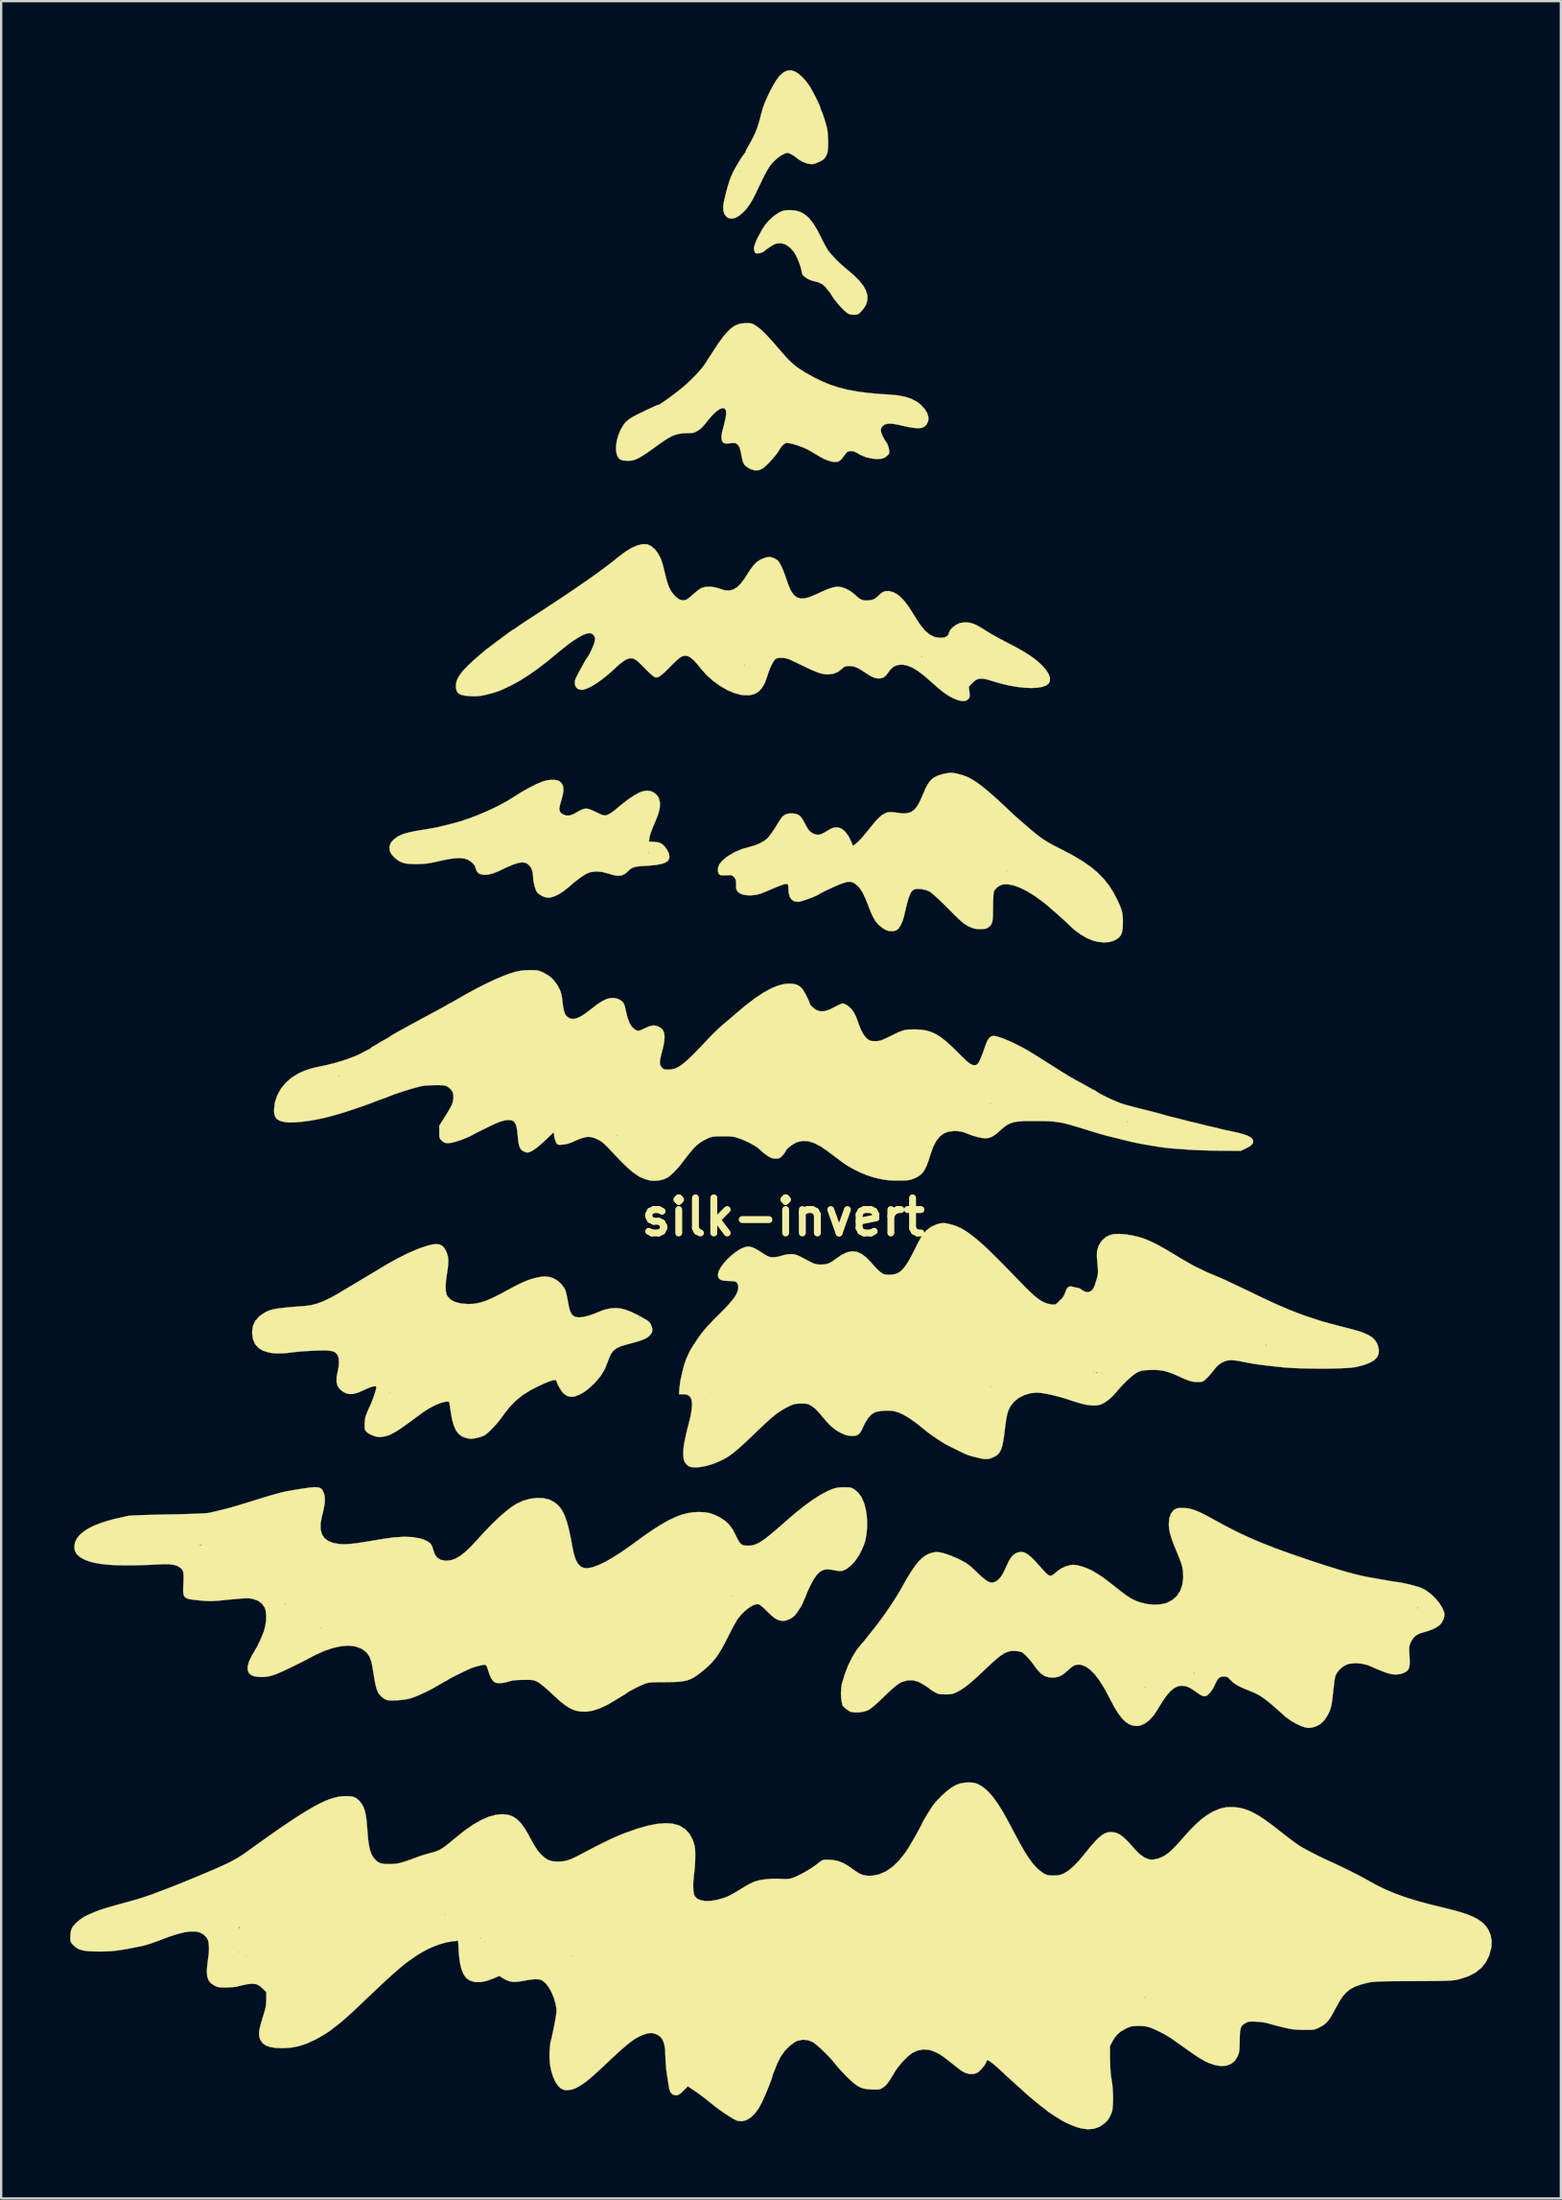
<source format=kicad_pcb>
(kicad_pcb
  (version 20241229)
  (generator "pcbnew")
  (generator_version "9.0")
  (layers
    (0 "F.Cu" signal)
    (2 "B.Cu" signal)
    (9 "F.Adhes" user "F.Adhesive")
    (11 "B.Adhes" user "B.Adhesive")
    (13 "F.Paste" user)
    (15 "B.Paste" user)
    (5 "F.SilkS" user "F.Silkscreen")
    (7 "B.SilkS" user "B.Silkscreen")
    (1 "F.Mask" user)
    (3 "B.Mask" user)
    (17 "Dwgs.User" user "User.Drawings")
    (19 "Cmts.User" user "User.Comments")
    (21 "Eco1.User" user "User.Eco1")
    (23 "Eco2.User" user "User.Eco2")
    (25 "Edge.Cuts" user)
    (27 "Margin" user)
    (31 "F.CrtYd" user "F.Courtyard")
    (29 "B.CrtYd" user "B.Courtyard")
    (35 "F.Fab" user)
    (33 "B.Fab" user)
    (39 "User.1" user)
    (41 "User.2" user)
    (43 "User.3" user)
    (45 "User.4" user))
  (footprint "silk-invert"
    (layer "F.Cu")
    (at 30.977 49.801)
    (property "Reference" "silk-invert" (at 0 0 0) (layer "F.SilkS") (effects (font (size 1.524 1.524) (thickness 0.3))))
    (attr through_hole)
    (fp_poly (pts (xy 0.537 -43.707) (xy 0.749 -43.647) (xy 0.942 -43.54) (xy 1.122 -43.382) (xy 1.294 -43.167) (xy 1.466 -42.89) (xy 1.596 -42.641) (xy 1.69 -42.454) (xy 1.782 -42.277) (xy 1.865 -42.125) (xy 1.93 -42.013) (xy 1.95 -41.981) (xy 2.045 -41.859) (xy 2.179 -41.708) (xy 2.34 -41.542) (xy 2.511 -41.378) (xy 2.679 -41.23) (xy 2.752 -41.17) (xy 3.062 -40.908) (xy 3.306 -40.664) (xy 3.487 -40.436) (xy 3.605 -40.221) (xy 3.662 -40.015) (xy 3.66 -39.816) (xy 3.6 -39.621) (xy 3.583 -39.586) (xy 3.52 -39.485) (xy 3.436 -39.378) (xy 3.346 -39.282) (xy 3.266 -39.214) (xy 3.218 -39.191) (xy 3.017 -39.184) (xy 2.867 -39.212) (xy 2.857 -39.217) (xy 2.763 -39.276) (xy 2.643 -39.38) (xy 2.507 -39.517) (xy 2.37 -39.672) (xy 2.241 -39.832) (xy 2.135 -39.984) (xy 2.085 -40.069) (xy 2.034 -40.148) (xy 2.002 -40.187) (xy 1.954 -40.244) (xy 1.887 -40.33) (xy 1.863 -40.362) (xy 1.716 -40.502) (xy 1.523 -40.596) (xy 1.405 -40.625) (xy 1.235 -40.67) (xy 1.076 -40.739) (xy 0.944 -40.823) (xy 0.851 -40.913) (xy 0.812 -41.001) (xy 0.811 -41.01) (xy 0.795 -41.125) (xy 0.752 -41.282) (xy 0.69 -41.459) (xy 0.616 -41.638) (xy 0.539 -41.797) (xy 0.465 -41.917) (xy 0.459 -41.926) (xy 0.284 -42.114) (xy 0.1 -42.236) (xy -0.09 -42.291) (xy -0.281 -42.278) (xy -0.366 -42.249) (xy -0.464 -42.198) (xy -0.595 -42.114) (xy -0.741 -42.011) (xy -0.871 -41.91) (xy -0.931 -41.883) (xy -1.027 -41.858) (xy -1.053 -41.854) (xy -1.148 -41.845) (xy -1.201 -41.863) (xy -1.231 -41.904) (xy -1.262 -41.997) (xy -1.27 -42.069) (xy -1.255 -42.148) (xy -1.217 -42.267) (xy -1.165 -42.402) (xy -1.107 -42.529) (xy -1.059 -42.616) (xy -1.025 -42.675) (xy -0.973 -42.772) (xy -0.927 -42.858) (xy -0.793 -43.069) (xy -0.616 -43.277) (xy -0.419 -43.459) (xy -0.22 -43.597) (xy -0.206 -43.605) (xy -0.081 -43.667) (xy 0.021 -43.703) (xy 0.131 -43.721) (xy 0.279 -43.726) (xy 0.3 -43.726) (xy 0.537 -43.707)) (stroke (width 0.01) (type solid)) (fill yes) (layer "F.SilkS"))
    (fp_poly (pts (xy 0.476 -49.761) (xy 0.638 -49.671) (xy 0.812 -49.525) (xy 0.988 -49.333) (xy 1.125 -49.148) (xy 1.189 -49.045) (xy 1.266 -48.908) (xy 1.35 -48.751) (xy 1.434 -48.588) (xy 1.51 -48.432) (xy 1.571 -48.297) (xy 1.611 -48.199) (xy 1.623 -48.153) (xy 1.638 -48.095) (xy 1.656 -48.057) (xy 1.69 -47.979) (xy 1.736 -47.853) (xy 1.788 -47.697) (xy 1.839 -47.531) (xy 1.883 -47.375) (xy 1.909 -47.272) (xy 1.927 -47.155) (xy 1.943 -46.992) (xy 1.953 -46.807) (xy 1.956 -46.672) (xy 1.952 -46.454) (xy 1.937 -46.289) (xy 1.905 -46.161) (xy 1.854 -46.054) (xy 1.79 -45.965) (xy 1.718 -45.905) (xy 1.602 -45.839) (xy 1.468 -45.779) (xy 1.341 -45.735) (xy 1.251 -45.72) (xy 1.06 -45.747) (xy 0.858 -45.82) (xy 0.673 -45.928) (xy 0.6 -45.986) (xy 0.506 -46.06) (xy 0.393 -46.13) (xy 0.286 -46.186) (xy 0.207 -46.213) (xy 0.196 -46.214) (xy 0.078 -46.187) (xy -0.067 -46.114) (xy -0.227 -46.002) (xy -0.385 -45.861) (xy -0.402 -45.844) (xy -0.473 -45.768) (xy -0.537 -45.692) (xy -0.6 -45.607) (xy -0.665 -45.505) (xy -0.736 -45.379) (xy -0.82 -45.22) (xy -0.919 -45.021) (xy -1.038 -44.774) (xy -1.182 -44.471) (xy -1.184 -44.468) (xy -1.324 -44.19) (xy -1.461 -43.965) (xy -1.603 -43.775) (xy -1.729 -43.638) (xy -1.911 -43.483) (xy -2.084 -43.388) (xy -2.243 -43.355) (xy -2.385 -43.387) (xy -2.427 -43.411) (xy -2.538 -43.531) (xy -2.597 -43.696) (xy -2.604 -43.903) (xy -2.577 -44.073) (xy -2.504 -44.386) (xy -2.439 -44.642) (xy -2.378 -44.853) (xy -2.319 -45.033) (xy -2.256 -45.195) (xy -2.196 -45.33) (xy -2.15 -45.42) (xy -1.905 -45.42) (xy -1.887 -45.403) (xy -1.87 -45.42) (xy -1.887 -45.438) (xy -1.905 -45.42) (xy -2.15 -45.42) (xy -2.131 -45.458) (xy -2.05 -45.606) (xy -1.96 -45.761) (xy -1.868 -45.91) (xy -1.784 -46.042) (xy -1.713 -46.144) (xy -1.664 -46.204) (xy -1.649 -46.214) (xy -1.627 -46.228) (xy -1.632 -46.235) (xy -1.638 -46.25) (xy -1.631 -46.28) (xy -1.605 -46.335) (xy -1.556 -46.426) (xy -1.478 -46.564) (xy -1.441 -46.628) (xy -1.31 -46.87) (xy -1.202 -47.103) (xy -1.109 -47.347) (xy -1.025 -47.621) (xy -0.942 -47.944) (xy -0.936 -47.968) (xy -0.876 -48.172) (xy -0.797 -48.383) (xy 1.446 -48.383) (xy 1.464 -48.366) (xy 1.482 -48.383) (xy 1.464 -48.401) (xy 1.446 -48.383) (xy -0.797 -48.383) (xy -0.788 -48.406) (xy -0.68 -48.655) (xy -0.56 -48.905) (xy -0.434 -49.14) (xy -0.31 -49.346) (xy -0.196 -49.507) (xy -0.141 -49.571) (xy 0.023 -49.711) (xy 0.181 -49.786) (xy 0.343 -49.796) (xy 0.476 -49.761)) (stroke (width 0.01) (type solid)) (fill yes) (layer "F.SilkS"))
    (fp_poly (pts (xy -9.909 -18.984) (xy -9.767 -18.952) (xy -9.709 -18.921) (xy -9.616 -18.827) (xy -9.561 -18.71) (xy -9.546 -18.56) (xy -9.568 -18.37) (xy -9.628 -18.13) (xy -9.656 -18.04) (xy -9.707 -17.854) (xy -9.724 -17.717) (xy -9.705 -17.618) (xy -9.648 -17.542) (xy -9.586 -17.497) (xy -9.435 -17.437) (xy -9.276 -17.438) (xy -9.099 -17.503) (xy -9.029 -17.542) (xy -8.852 -17.644) (xy -8.715 -17.709) (xy -8.598 -17.737) (xy -8.482 -17.729) (xy -8.347 -17.685) (xy -8.175 -17.608) (xy -8.122 -17.582) (xy -7.969 -17.51) (xy -7.864 -17.465) (xy -7.789 -17.444) (xy -7.729 -17.442) (xy -7.667 -17.455) (xy -7.65 -17.46) (xy -7.557 -17.503) (xy -7.436 -17.579) (xy -7.313 -17.672) (xy -7.298 -17.684) (xy -6.986 -17.942) (xy -6.716 -18.149) (xy -6.481 -18.307) (xy -6.277 -18.42) (xy -6.099 -18.489) (xy -5.941 -18.517) (xy -5.797 -18.507) (xy -5.664 -18.46) (xy -5.654 -18.455) (xy -5.498 -18.342) (xy -5.399 -18.19) (xy -5.355 -17.996) (xy -5.353 -17.906) (xy -5.36 -17.791) (xy -5.38 -17.672) (xy -5.417 -17.538) (xy -5.474 -17.375) (xy -5.556 -17.172) (xy -5.643 -16.969) (xy -5.708 -16.808) (xy -5.763 -16.651) (xy -5.8 -16.522) (xy -5.81 -16.47) (xy -5.83 -16.307) (xy -5.596 -16.292) (xy -5.425 -16.27) (xy -5.293 -16.22) (xy -5.181 -16.13) (xy -5.069 -15.988) (xy -5.054 -15.965) (xy -4.964 -15.796) (xy -4.938 -15.644) (xy -4.974 -15.516) (xy -5.023 -15.456) (xy -5.135 -15.386) (xy -5.308 -15.331) (xy -5.545 -15.289) (xy -5.848 -15.26) (xy -5.98 -15.253) (xy -6.197 -15.24) (xy -6.358 -15.222) (xy -6.479 -15.195) (xy -6.574 -15.155) (xy -6.658 -15.095) (xy -6.746 -15.013) (xy -6.876 -14.903) (xy -7.007 -14.839) (xy -7.155 -14.819) (xy -7.332 -14.842) (xy -7.553 -14.905) (xy -7.571 -14.912) (xy -7.871 -14.989) (xy -8.146 -15.01) (xy -8.391 -14.973) (xy -8.555 -14.906) (xy -8.796 -14.753) (xy -9.071 -14.544) (xy -9.347 -14.306) (xy -9.544 -14.15) (xy -9.749 -14.02) (xy -9.948 -13.926) (xy -10.123 -13.875) (xy -10.178 -13.869) (xy -10.338 -13.89) (xy -10.475 -13.943) (xy -10.584 -14.01) (xy -10.674 -14.086) (xy -10.699 -14.115) (xy -10.748 -14.213) (xy -10.795 -14.357) (xy -10.833 -14.526) (xy -10.858 -14.695) (xy -10.864 -14.803) (xy -10.892 -15.021) (xy -10.969 -15.199) (xy -11.092 -15.329) (xy -11.187 -15.383) (xy -11.324 -15.405) (xy -11.512 -15.378) (xy -11.749 -15.302) (xy -12.036 -15.178) (xy -12.14 -15.127) (xy -12.406 -15.003) (xy -12.627 -14.919) (xy -12.813 -14.873) (xy -12.976 -14.862) (xy -13.087 -14.876) (xy -13.206 -14.913) (xy -13.282 -14.978) (xy -13.303 -15.011) (xy -13.347 -15.1) (xy -13.368 -15.173) (xy -13.368 -15.176) (xy -13.4 -15.261) (xy -13.479 -15.359) (xy -13.588 -15.453) (xy -13.709 -15.524) (xy -13.715 -15.526) (xy -13.853 -15.57) (xy -14.014 -15.59) (xy -14.209 -15.587) (xy -14.446 -15.559) (xy -14.734 -15.506) (xy -14.932 -15.462) (xy -15.169 -15.41) (xy -15.358 -15.374) (xy -15.52 -15.35) (xy -15.677 -15.337) (xy -15.848 -15.331) (xy -15.946 -15.33) (xy -16.188 -15.334) (xy -16.376 -15.352) (xy -16.529 -15.387) (xy -16.661 -15.445) (xy -16.791 -15.531) (xy -16.855 -15.581) (xy -17.007 -15.739) (xy -17.05 -15.822) (xy -5.856 -15.822) (xy -5.838 -15.804) (xy -5.821 -15.822) (xy -5.838 -15.84) (xy -5.856 -15.822) (xy -17.05 -15.822) (xy -17.091 -15.903) (xy -17.107 -16.068) (xy -17.056 -16.229) (xy -16.938 -16.381) (xy -16.754 -16.519) (xy -16.692 -16.554) (xy -16.572 -16.61) (xy -16.427 -16.66) (xy -16.246 -16.707) (xy -16.02 -16.755) (xy -15.739 -16.804) (xy -15.593 -16.828) (xy -15.397 -16.86) (xy -15.208 -16.894) (xy -15.045 -16.925) (xy -14.93 -16.95) (xy -14.922 -16.952) (xy -14.782 -16.987) (xy -14.613 -17.028) (xy -14.482 -17.059) (xy -14.083 -17.167) (xy -13.656 -17.308) (xy -13.218 -17.475) (xy -12.786 -17.66) (xy -12.378 -17.856) (xy -12.01 -18.055) (xy -11.8 -18.184) (xy -11.419 -18.424) (xy -11.062 -18.628) (xy -10.74 -18.792) (xy -10.46 -18.912) (xy -10.458 -18.912) (xy -10.274 -18.964) (xy -10.084 -18.988) (xy -9.909 -18.984)) (stroke (width 0.01) (type solid)) (fill yes) (layer "F.SilkS"))
    (fp_poly (pts (xy -1.481 -38.818) (xy -1.383 -38.806) (xy -1.298 -38.775) (xy -1.2 -38.716) (xy -1.158 -38.689) (xy -1.057 -38.615) (xy -0.947 -38.523) (xy -0.824 -38.406) (xy -0.679 -38.257) (xy -0.509 -38.071) (xy -0.306 -37.841) (xy -0.092 -37.594) (xy 0.106 -37.369) (xy 0.278 -37.188) (xy 0.438 -37.039) (xy 0.602 -36.909) (xy 0.784 -36.784) (xy 0.977 -36.666) (xy 1.34 -36.463) (xy 1.694 -36.29) (xy 2.048 -36.144) (xy 2.412 -36.025) (xy 2.798 -35.927) (xy 3.215 -35.85) (xy 3.674 -35.789) (xy 4.185 -35.743) (xy 4.586 -35.718) (xy 4.971 -35.683) (xy 5.297 -35.622) (xy 5.571 -35.533) (xy 5.802 -35.413) (xy 5.969 -35.285) (xy 6.145 -35.099) (xy 6.26 -34.913) (xy 6.313 -34.733) (xy 6.303 -34.565) (xy 6.228 -34.413) (xy 6.215 -34.397) (xy 6.143 -34.329) (xy 6.053 -34.283) (xy 5.939 -34.26) (xy 5.791 -34.259) (xy 5.602 -34.28) (xy 5.363 -34.324) (xy 5.067 -34.391) (xy 5.027 -34.401) (xy 4.769 -34.449) (xy 4.569 -34.456) (xy 4.424 -34.421) (xy 4.417 -34.417) (xy 4.299 -34.328) (xy 4.247 -34.216) (xy 4.252 -34.103) (xy 4.28 -34.018) (xy 4.329 -33.907) (xy 4.387 -33.793) (xy 4.442 -33.7) (xy 4.478 -33.655) (xy 4.517 -33.596) (xy 4.559 -33.493) (xy 4.594 -33.373) (xy 4.609 -33.296) (xy 4.614 -33.201) (xy 4.588 -33.133) (xy 4.517 -33.057) (xy 4.516 -33.056) (xy 4.403 -32.975) (xy 4.267 -32.93) (xy 4.093 -32.918) (xy 3.927 -32.929) (xy 3.607 -32.993) (xy 3.323 -33.116) (xy 3.232 -33.173) (xy 3.097 -33.24) (xy 2.957 -33.267) (xy 2.835 -33.252) (xy 2.781 -33.223) (xy 2.731 -33.169) (xy 2.662 -33.08) (xy 2.617 -33.016) (xy 2.506 -32.879) (xy 2.388 -32.805) (xy 2.249 -32.788) (xy 2.109 -32.81) (xy 1.922 -32.864) (xy 1.753 -32.935) (xy 1.58 -33.03) (xy 1.49 -33.084) (xy 1.361 -33.161) (xy 1.218 -33.246) (xy 1.167 -33.276) (xy 1.006 -33.36) (xy 0.815 -33.442) (xy 0.612 -33.515) (xy 0.418 -33.573) (xy 0.252 -33.61) (xy 0.155 -33.62) (xy 0.07 -33.59) (xy -0.028 -33.509) (xy -0.123 -33.392) (xy -0.18 -33.296) (xy -0.246 -33.191) (xy -0.351 -33.055) (xy -0.479 -32.905) (xy -0.615 -32.757) (xy -0.745 -32.627) (xy -0.854 -32.533) (xy -0.883 -32.512) (xy -1.054 -32.434) (xy -1.233 -32.425) (xy -1.422 -32.484) (xy -1.496 -32.524) (xy -1.598 -32.589) (xy -1.671 -32.657) (xy -1.724 -32.742) (xy -1.765 -32.859) (xy -1.801 -33.025) (xy -1.819 -33.116) (xy -1.853 -33.287) (xy -1.888 -33.404) (xy -1.929 -33.485) (xy -1.97 -33.534) (xy -2.024 -33.583) (xy -2.077 -33.609) (xy -2.15 -33.615) (xy -2.265 -33.607) (xy -2.305 -33.603) (xy -2.441 -33.593) (xy -2.528 -33.597) (xy -2.585 -33.618) (xy -2.614 -33.64) (xy -2.666 -33.733) (xy -2.68 -33.877) (xy -2.656 -34.066) (xy -2.627 -34.185) (xy -2.552 -34.466) (xy -2.503 -34.688) (xy -2.478 -34.858) (xy -2.477 -34.981) (xy -2.5 -35.064) (xy -2.545 -35.113) (xy -2.637 -35.13) (xy -2.757 -35.087) (xy -2.9 -34.988) (xy -3.063 -34.835) (xy -3.241 -34.632) (xy -3.274 -34.591) (xy -3.389 -34.446) (xy -3.475 -34.345) (xy -3.546 -34.272) (xy -3.615 -34.214) (xy -3.697 -34.158) (xy -3.733 -34.136) (xy -3.817 -34.088) (xy -3.9 -34.06) (xy -4.005 -34.047) (xy -4.154 -34.043) (xy -4.171 -34.043) (xy -4.353 -34.036) (xy -4.518 -34.015) (xy -4.677 -33.973) (xy -4.84 -33.907) (xy -5.018 -33.81) (xy -5.222 -33.679) (xy -5.463 -33.509) (xy -5.595 -33.412) (xy -5.77 -33.287) (xy -5.947 -33.165) (xy -6.11 -33.06) (xy -6.24 -32.983) (xy -6.27 -32.966) (xy -6.411 -32.899) (xy -6.526 -32.862) (xy -6.646 -32.846) (xy -6.757 -32.844) (xy -6.934 -32.853) (xy -7.057 -32.888) (xy -7.144 -32.955) (xy -7.208 -33.063) (xy -7.215 -33.08) (xy -7.258 -33.262) (xy -7.26 -33.481) (xy -7.224 -33.722) (xy -7.154 -33.968) (xy -7.054 -34.203) (xy -6.929 -34.411) (xy -6.844 -34.515) (xy -6.74 -34.611) (xy -6.603 -34.706) (xy -6.418 -34.81) (xy -6.303 -34.867) (xy -6.018 -35.005) (xy -5.792 -35.113) (xy -5.621 -35.192) (xy -5.5 -35.245) (xy -5.426 -35.272) (xy -5.4 -35.278) (xy -5.355 -35.298) (xy -5.264 -35.356) (xy -5.137 -35.443) (xy -4.984 -35.552) (xy -4.814 -35.677) (xy -4.638 -35.811) (xy -4.466 -35.946) (xy -4.445 -35.963) (xy -4.254 -36.124) (xy -4.054 -36.309) (xy -3.857 -36.503) (xy -3.677 -36.694) (xy -3.526 -36.869) (xy -3.416 -37.015) (xy -3.409 -37.026) (xy -3.336 -37.14) (xy -3.237 -37.293) (xy -3.127 -37.464) (xy -3.024 -37.624) (xy -2.812 -37.943) (xy -2.624 -38.204) (xy -2.452 -38.411) (xy -2.292 -38.569) (xy -2.136 -38.684) (xy -1.979 -38.76) (xy -1.815 -38.804) (xy -1.637 -38.819) (xy -1.623 -38.82) (xy -1.481 -38.818)) (stroke (width 0.01) (type solid)) (fill yes) (layer "F.SilkS"))
    (fp_poly (pts (xy -14.922 1.191) (xy -14.809 1.249) (xy -14.718 1.348) (xy -14.641 1.489) (xy -14.64 1.491) (xy -14.59 1.622) (xy -14.559 1.751) (xy -14.548 1.894) (xy -14.555 2.066) (xy -14.58 2.282) (xy -14.606 2.449) (xy -14.648 2.761) (xy -14.666 3.013) (xy -14.658 3.211) (xy -14.624 3.359) (xy -14.586 3.436) (xy -14.45 3.58) (xy -14.257 3.685) (xy -14.008 3.75) (xy -13.706 3.774) (xy -13.681 3.774) (xy -13.491 3.768) (xy -13.307 3.744) (xy -13.12 3.701) (xy -12.92 3.635) (xy -12.695 3.541) (xy -12.436 3.416) (xy -12.133 3.258) (xy -11.994 3.182) (xy -11.716 3.032) (xy -11.485 2.914) (xy -11.288 2.821) (xy -11.112 2.749) (xy -10.946 2.693) (xy -10.775 2.646) (xy -10.707 2.629) (xy -10.488 2.588) (xy -10.309 2.58) (xy -10.145 2.603) (xy -10.006 2.647) (xy -9.824 2.745) (xy -9.655 2.891) (xy -9.52 3.063) (xy -9.467 3.165) (xy -9.439 3.253) (xy -9.405 3.39) (xy -9.372 3.553) (xy -9.352 3.665) (xy -9.309 3.894) (xy -9.262 4.064) (xy -9.208 4.184) (xy -9.141 4.266) (xy -9.056 4.321) (xy -9.039 4.328) (xy -8.895 4.356) (xy -8.703 4.342) (xy -8.47 4.288) (xy -8.204 4.196) (xy -8.132 4.166) (xy -7.905 4.074) (xy -7.72 4.012) (xy -7.557 3.974) (xy -7.397 3.955) (xy -7.255 3.951) (xy -7.058 3.969) (xy -6.84 4.025) (xy -6.592 4.121) (xy -6.305 4.262) (xy -6.191 4.323) (xy -6.031 4.413) (xy -5.92 4.48) (xy -5.846 4.534) (xy -5.797 4.585) (xy -5.759 4.643) (xy -5.738 4.681) (xy -5.682 4.845) (xy -5.694 4.99) (xy -5.774 5.118) (xy -5.794 5.138) (xy -5.86 5.196) (xy -5.93 5.245) (xy -6.012 5.289) (xy -6.117 5.333) (xy -6.256 5.38) (xy -6.438 5.434) (xy -6.672 5.499) (xy -6.826 5.54) (xy -7.064 5.613) (xy -7.244 5.698) (xy -7.38 5.805) (xy -7.484 5.948) (xy -7.571 6.138) (xy -7.62 6.279) (xy -7.751 6.605) (xy -7.927 6.898) (xy -8.161 7.176) (xy -8.184 7.2) (xy -8.415 7.418) (xy -8.627 7.583) (xy -8.837 7.704) (xy -9.059 7.792) (xy -9.063 7.793) (xy -9.223 7.809) (xy -9.387 7.763) (xy -9.536 7.661) (xy -9.556 7.642) (xy -9.622 7.558) (xy -9.696 7.446) (xy -9.765 7.325) (xy -9.817 7.216) (xy -9.842 7.14) (xy -9.842 7.132) (xy -9.862 7.087) (xy -9.922 7.073) (xy -10.027 7.092) (xy -10.182 7.143) (xy -10.39 7.229) (xy -10.619 7.334) (xy -10.997 7.528) (xy -11.321 7.733) (xy -11.604 7.96) (xy -11.863 8.223) (xy -12.111 8.534) (xy -12.189 8.643) (xy -12.328 8.828) (xy -12.481 9.011) (xy -12.638 9.182) (xy -12.788 9.328) (xy -12.919 9.438) (xy -13.018 9.5) (xy -13.129 9.54) (xy -13.27 9.579) (xy -13.413 9.61) (xy -13.532 9.626) (xy -13.575 9.627) (xy -13.647 9.617) (xy -13.75 9.597) (xy -13.774 9.591) (xy -13.95 9.526) (xy -14.096 9.419) (xy -14.214 9.263) (xy -14.309 9.053) (xy -14.384 8.783) (xy -14.426 8.555) (xy -14.447 8.417) (xy -14.467 8.296) (xy -14.479 8.22) (xy -14.492 8.123) (xy -14.497 8.065) (xy -14.527 8.019) (xy -14.608 8.008) (xy -14.731 8.027) (xy -14.884 8.073) (xy -15.06 8.143) (xy -15.248 8.233) (xy -15.44 8.34) (xy -15.625 8.46) (xy -15.689 8.506) (xy -15.998 8.735) (xy -16.258 8.925) (xy -16.474 9.08) (xy -16.654 9.204) (xy -16.804 9.301) (xy -16.93 9.375) (xy -17.04 9.431) (xy -17.139 9.472) (xy -17.235 9.502) (xy -17.333 9.526) (xy -17.344 9.528) (xy -17.481 9.55) (xy -17.592 9.549) (xy -17.718 9.522) (xy -17.754 9.511) (xy -17.889 9.46) (xy -18.014 9.393) (xy -18.072 9.35) (xy -18.132 9.292) (xy -18.166 9.236) (xy -18.181 9.161) (xy -18.184 9.045) (xy -18.184 9.005) (xy -18.176 8.86) (xy -18.158 8.725) (xy -18.136 8.641) (xy -18.062 8.449) (xy -18.005 8.318) (xy -17.989 8.284) (xy -17.922 8.139) (xy -17.853 7.969) (xy -17.787 7.791) (xy -17.732 7.623) (xy -17.726 7.602) (xy -17.11 7.602) (xy -17.092 7.62) (xy -17.074 7.602) (xy -17.092 7.585) (xy -17.11 7.602) (xy -17.726 7.602) (xy -17.692 7.483) (xy -17.675 7.386) (xy -17.675 7.377) (xy -17.703 7.344) (xy -17.786 7.347) (xy -17.918 7.384) (xy -18.093 7.454) (xy -18.232 7.518) (xy -18.468 7.62) (xy -18.664 7.676) (xy -18.832 7.686) (xy -18.985 7.652) (xy -19.101 7.597) (xy -19.255 7.479) (xy -19.356 7.336) (xy -19.403 7.16) (xy -19.4 6.946) (xy -19.353 6.705) (xy -19.311 6.487) (xy -19.299 6.284) (xy -19.315 6.112) (xy -19.356 5.996) (xy -19.41 5.922) (xy -19.477 5.866) (xy -19.567 5.828) (xy -19.691 5.804) (xy -19.859 5.792) (xy -20.08 5.791) (xy -20.272 5.796) (xy -20.513 5.806) (xy -20.769 5.821) (xy -21.015 5.84) (xy -21.225 5.861) (xy -21.29 5.869) (xy -21.588 5.904) (xy -21.833 5.92) (xy -22.042 5.919) (xy -22.23 5.9) (xy -22.354 5.878) (xy -22.607 5.797) (xy -22.804 5.676) (xy -22.946 5.511) (xy -23.034 5.301) (xy -23.07 5.044) (xy -23.071 4.979) (xy -23.039 4.733) (xy -22.942 4.517) (xy -22.803 4.357) (xy -6.279 4.357) (xy -6.262 4.374) (xy -6.244 4.357) (xy -6.262 4.339) (xy -6.279 4.357) (xy -22.803 4.357) (xy -22.782 4.332) (xy -22.694 4.262) (xy -22.59 4.19) (xy -22.491 4.13) (xy -22.388 4.08) (xy -22.276 4.039) (xy -22.144 4.004) (xy -21.984 3.974) (xy -21.79 3.948) (xy -21.552 3.923) (xy -21.262 3.898) (xy -20.913 3.871) (xy -20.785 3.861) (xy -20.521 3.827) (xy -20.254 3.758) (xy -19.972 3.652) (xy -19.662 3.503) (xy -19.402 3.36) (xy -17.809 2.41) (xy -17.629 2.299) (xy -17.173 2.026) (xy -16.733 1.784) (xy -16.317 1.577) (xy -15.937 1.41) (xy -15.752 1.34) (xy -15.472 1.247) (xy -15.245 1.191) (xy -15.065 1.171) (xy -14.922 1.191)) (stroke (width 0.01) (type solid)) (fill yes) (layer "F.SilkS"))
    (fp_poly (pts (xy 7.375 -19.288) (xy 7.501 -19.266) (xy 7.568 -19.252) (xy 7.816 -19.185) (xy 8.046 -19.093) (xy 8.277 -18.966) (xy 8.525 -18.796) (xy 8.625 -18.72) (xy 8.838 -18.548) (xy 9.088 -18.334) (xy 9.365 -18.086) (xy 9.658 -17.814) (xy 9.896 -17.586) (xy 9.982 -17.506) (xy 10.109 -17.392) (xy 10.265 -17.254) (xy 10.439 -17.103) (xy 10.617 -16.949) (xy 10.787 -16.804) (xy 10.848 -16.753) (xy 11.029 -16.605) (xy 11.197 -16.478) (xy 11.364 -16.364) (xy 11.548 -16.253) (xy 11.762 -16.135) (xy 12.021 -16.002) (xy 12.114 -15.955) (xy 12.592 -15.704) (xy 13.006 -15.457) (xy 13.365 -15.208) (xy 13.674 -14.949) (xy 13.94 -14.676) (xy 14.171 -14.383) (xy 14.372 -14.062) (xy 14.528 -13.758) (xy 14.62 -13.554) (xy 14.685 -13.391) (xy 14.726 -13.248) (xy 14.749 -13.103) (xy 14.759 -12.936) (xy 14.761 -12.806) (xy 14.755 -12.567) (xy 14.728 -12.384) (xy 14.675 -12.245) (xy 14.589 -12.138) (xy 14.464 -12.051) (xy 14.357 -11.997) (xy 14.164 -11.942) (xy 13.932 -11.927) (xy 13.678 -11.954) (xy 13.457 -12.009) (xy 13.198 -12.116) (xy 12.928 -12.272) (xy 12.67 -12.463) (xy 12.524 -12.594) (xy 12.389 -12.722) (xy 12.223 -12.876) (xy 12.036 -13.045) (xy 11.842 -13.217) (xy 11.655 -13.381) (xy 11.486 -13.526) (xy 11.349 -13.64) (xy 11.294 -13.683) (xy 10.933 -13.945) (xy 10.594 -14.154) (xy 10.28 -14.31) (xy 9.995 -14.41) (xy 9.741 -14.454) (xy 9.555 -14.445) (xy 9.405 -14.392) (xy 9.269 -14.294) (xy 9.172 -14.172) (xy 9.162 -14.15) (xy 9.146 -14.077) (xy 9.134 -13.943) (xy 9.125 -13.757) (xy 9.121 -13.528) (xy 9.121 -13.458) (xy 9.118 -13.209) (xy 9.111 -13.02) (xy 9.096 -12.878) (xy 9.072 -12.774) (xy 9.034 -12.697) (xy 8.981 -12.635) (xy 8.914 -12.58) (xy 8.841 -12.538) (xy 8.749 -12.515) (xy 8.617 -12.506) (xy 8.561 -12.506) (xy 8.412 -12.511) (xy 8.293 -12.532) (xy 8.17 -12.576) (xy 8.061 -12.626) (xy 7.977 -12.671) (xy 7.895 -12.722) (xy 7.807 -12.787) (xy 7.706 -12.874) (xy 7.582 -12.989) (xy 7.428 -13.139) (xy 7.236 -13.332) (xy 7.179 -13.39) (xy 6.994 -13.574) (xy 6.818 -13.744) (xy 6.658 -13.893) (xy 6.524 -14.013) (xy 6.423 -14.096) (xy 6.378 -14.127) (xy 6.212 -14.199) (xy 6.032 -14.24) (xy 6.02 -14.242) (xy 5.891 -14.252) (xy 5.784 -14.249) (xy 5.696 -14.227) (xy 5.621 -14.179) (xy 5.557 -14.099) (xy 5.498 -13.98) (xy 5.44 -13.816) (xy 5.38 -13.601) (xy 5.313 -13.329) (xy 5.253 -13.07) (xy 5.188 -12.853) (xy 5.104 -12.666) (xy 5.009 -12.527) (xy 4.984 -12.502) (xy 4.906 -12.447) (xy 4.81 -12.422) (xy 4.709 -12.418) (xy 4.588 -12.426) (xy 4.485 -12.457) (xy 4.368 -12.522) (xy 4.335 -12.544) (xy 4.152 -12.689) (xy 4.003 -12.865) (xy 3.878 -13.087) (xy 3.808 -13.249) (xy 3.739 -13.425) (xy 3.663 -13.62) (xy 3.595 -13.792) (xy 3.595 -13.794) (xy 3.46 -14.085) (xy 3.311 -14.308) (xy 3.149 -14.462) (xy 3.126 -14.478) (xy 3.021 -14.536) (xy 2.92 -14.562) (xy 2.806 -14.557) (xy 2.66 -14.52) (xy 2.533 -14.477) (xy 2.417 -14.432) (xy 2.267 -14.367) (xy 2.099 -14.292) (xy 1.928 -14.212) (xy 1.77 -14.135) (xy 1.64 -14.068) (xy 1.553 -14.019) (xy 1.535 -14.007) (xy 1.463 -13.967) (xy 1.344 -13.914) (xy 1.195 -13.855) (xy 1.035 -13.796) (xy 0.881 -13.745) (xy 0.751 -13.706) (xy 0.664 -13.688) (xy 0.653 -13.688) (xy 0.489 -13.712) (xy 0.367 -13.787) (xy 0.285 -13.915) (xy 0.241 -14.099) (xy 0.232 -14.261) (xy 0.229 -14.354) (xy 0.217 -14.42) (xy 0.188 -14.459) (xy 0.133 -14.47) (xy 0.044 -14.454) (xy -0.087 -14.41) (xy -0.268 -14.339) (xy -0.459 -14.26) (xy -0.542 -14.225) (xy -0.657 -14.175) (xy -0.723 -14.146) (xy -0.959 -14.052) (xy -1.168 -13.996) (xy -1.377 -13.972) (xy -1.467 -13.97) (xy -1.689 -13.989) (xy -1.861 -14.046) (xy -1.979 -14.136) (xy -2.039 -14.258) (xy -2.045 -14.347) (xy -2.041 -14.516) (xy -2.056 -14.634) (xy -2.095 -14.72) (xy -2.137 -14.77) (xy -2.191 -14.818) (xy -2.246 -14.843) (xy -2.324 -14.851) (xy -2.446 -14.845) (xy -2.472 -14.844) (xy -2.63 -14.839) (xy -2.732 -14.855) (xy -2.793 -14.898) (xy -2.825 -14.975) (xy -2.832 -15.006) (xy -2.832 -15.046) (xy 9.701 -15.046) (xy 9.719 -15.028) (xy 9.737 -15.046) (xy 9.719 -15.064) (xy 9.701 -15.046) (xy -2.832 -15.046) (xy -2.831 -15.165) (xy -2.772 -15.318) (xy -2.65 -15.471) (xy -2.462 -15.63) (xy -2.409 -15.668) (xy -2.116 -15.843) (xy -1.795 -15.98) (xy -1.427 -16.084) (xy -1.411 -16.088) (xy -1.206 -16.149) (xy -1.003 -16.235) (xy -0.825 -16.334) (xy -0.693 -16.437) (xy -0.682 -16.447) (xy -0.59 -16.558) (xy -0.473 -16.718) (xy -0.341 -16.916) (xy -0.203 -17.138) (xy -0.15 -17.225) (xy -0.035 -17.384) (xy 0.095 -17.481) (xy 0.255 -17.525) (xy 0.428 -17.526) (xy 0.573 -17.504) (xy 0.687 -17.453) (xy 0.782 -17.364) (xy 0.874 -17.223) (xy 0.925 -17.127) (xy 1.02 -16.949) (xy 1.102 -16.823) (xy 1.181 -16.736) (xy 1.27 -16.674) (xy 1.33 -16.644) (xy 1.445 -16.607) (xy 1.557 -16.605) (xy 1.681 -16.641) (xy 1.833 -16.72) (xy 1.921 -16.774) (xy 2.036 -16.841) (xy 2.144 -16.892) (xy 2.198 -16.911) (xy 2.376 -16.922) (xy 2.544 -16.863) (xy 2.699 -16.735) (xy 2.842 -16.54) (xy 2.971 -16.278) (xy 3.003 -16.2) (xy 3.034 -16.116) (xy 3.176 -16.229) (xy 3.236 -16.279) (xy 3.301 -16.341) (xy 3.378 -16.423) (xy 3.472 -16.53) (xy 3.59 -16.671) (xy 3.739 -16.853) (xy 3.925 -17.082) (xy 3.933 -17.093) (xy 4.116 -17.301) (xy 4.283 -17.449) (xy 4.441 -17.542) (xy 4.568 -17.582) (xy 4.653 -17.586) (xy 4.782 -17.579) (xy 4.931 -17.561) (xy 4.968 -17.555) (xy 5.199 -17.529) (xy 5.391 -17.538) (xy 5.552 -17.587) (xy 5.691 -17.682) (xy 5.816 -17.829) (xy 5.933 -18.033) (xy 6.053 -18.301) (xy 6.071 -18.344) (xy 6.184 -18.609) (xy 6.295 -18.814) (xy 6.412 -18.969) (xy 6.546 -19.083) (xy 6.706 -19.166) (xy 6.903 -19.228) (xy 7.014 -19.253) (xy 7.162 -19.282) (xy 7.272 -19.293) (xy 7.375 -19.288)) (stroke (width 0.01) (type solid)) (fill yes) (layer "F.SilkS"))
    (fp_poly (pts (xy -5.912 -29.215) (xy -5.887 -29.209) (xy -5.722 -29.13) (xy -5.566 -28.992) (xy -5.426 -28.804) (xy -5.31 -28.576) (xy -5.228 -28.328) (xy -5.2 -28.215) (xy -5.163 -28.064) (xy -5.124 -27.905) (xy -5.12 -27.887) (xy -5.059 -27.652) (xy -5.003 -27.471) (xy -4.944 -27.326) (xy -4.876 -27.2) (xy -4.832 -27.133) (xy -4.685 -26.953) (xy -4.535 -26.835) (xy -4.387 -26.782) (xy -4.245 -26.794) (xy -4.162 -26.836) (xy -4.094 -26.888) (xy -3.993 -26.971) (xy -3.881 -27.069) (xy -3.863 -27.085) (xy -3.746 -27.184) (xy -3.631 -27.268) (xy -3.542 -27.321) (xy -3.532 -27.326) (xy -3.358 -27.369) (xy -3.15 -27.374) (xy -2.931 -27.341) (xy -2.758 -27.287) (xy -2.543 -27.22) (xy -2.348 -27.207) (xy -2.169 -27.25) (xy -1.999 -27.352) (xy -1.832 -27.517) (xy -1.662 -27.748) (xy -1.585 -27.869) (xy -1.426 -28.118) (xy -1.281 -28.306) (xy -1.145 -28.443) (xy -1.01 -28.535) (xy -0.979 -28.551) (xy -0.803 -28.625) (xy -0.666 -28.661) (xy -0.551 -28.662) (xy -0.439 -28.629) (xy -0.437 -28.629) (xy -0.333 -28.577) (xy -0.247 -28.522) (xy -0.236 -28.512) (xy -0.161 -28.418) (xy -0.077 -28.263) (xy 0.013 -28.058) (xy 0.104 -27.811) (xy 0.14 -27.701) (xy 0.246 -27.404) (xy 0.354 -27.175) (xy 0.472 -27.01) (xy 0.606 -26.906) (xy 0.763 -26.86) (xy 0.949 -26.87) (xy 1.172 -26.932) (xy 1.437 -27.043) (xy 1.509 -27.078) (xy 1.785 -27.205) (xy 2.011 -27.295) (xy 2.197 -27.351) (xy 2.351 -27.374) (xy 2.389 -27.375) (xy 2.556 -27.35) (xy 2.745 -27.279) (xy 2.934 -27.173) (xy 3.078 -27.062) (xy 3.217 -26.939) (xy 3.323 -26.857) (xy 3.41 -26.809) (xy 3.496 -26.784) (xy 3.597 -26.776) (xy 3.643 -26.776) (xy 3.828 -26.792) (xy 3.975 -26.846) (xy 4.109 -26.95) (xy 4.145 -26.988) (xy 4.287 -27.113) (xy 4.424 -27.178) (xy 4.572 -27.187) (xy 4.602 -27.184) (xy 4.778 -27.138) (xy 4.946 -27.051) (xy 5.111 -26.919) (xy 5.281 -26.735) (xy 5.46 -26.493) (xy 5.617 -26.251) (xy 5.719 -26.088) (xy 5.815 -25.935) (xy 5.897 -25.809) (xy 5.953 -25.725) (xy 5.958 -25.718) (xy 6.157 -25.474) (xy 6.36 -25.3) (xy 6.57 -25.194) (xy 6.788 -25.154) (xy 6.816 -25.154) (xy 6.989 -25.167) (xy 7.106 -25.211) (xy 7.178 -25.292) (xy 7.208 -25.375) (xy 7.265 -25.501) (xy 7.381 -25.62) (xy 7.386 -25.623) (xy 7.537 -25.73) (xy 7.673 -25.792) (xy 7.823 -25.819) (xy 7.94 -25.823) (xy 8.09 -25.812) (xy 8.238 -25.776) (xy 8.399 -25.707) (xy 8.589 -25.601) (xy 8.714 -25.522) (xy 8.924 -25.392) (xy 9.171 -25.248) (xy 9.43 -25.105) (xy 9.674 -24.977) (xy 9.701 -24.963) (xy 10.116 -24.748) (xy 10.47 -24.547) (xy 10.769 -24.354) (xy 11.019 -24.167) (xy 11.228 -23.98) (xy 11.24 -23.968) (xy 11.419 -23.766) (xy 11.537 -23.58) (xy 11.595 -23.413) (xy 11.589 -23.269) (xy 11.54 -23.174) (xy 11.43 -23.086) (xy 11.261 -23.024) (xy 11.042 -22.987) (xy 10.781 -22.975) (xy 10.483 -22.988) (xy 10.158 -23.025) (xy 9.813 -23.085) (xy 9.456 -23.169) (xy 9.102 -23.274) (xy 8.87 -23.343) (xy 8.689 -23.38) (xy 8.545 -23.383) (xy 8.425 -23.351) (xy 8.318 -23.283) (xy 8.226 -23.197) (xy 8.069 -23.031) (xy 8.093 -22.799) (xy 8.104 -22.67) (xy 8.1 -22.589) (xy 8.078 -22.532) (xy 8.039 -22.485) (xy 7.93 -22.419) (xy 7.781 -22.406) (xy 7.6 -22.446) (xy 7.584 -22.452) (xy 7.423 -22.517) (xy 7.272 -22.591) (xy 7.122 -22.681) (xy 6.96 -22.795) (xy 6.779 -22.94) (xy 6.566 -23.123) (xy 6.372 -23.296) (xy 6.086 -23.542) (xy 5.831 -23.731) (xy 5.602 -23.866) (xy 5.394 -23.95) (xy 5.201 -23.987) (xy 5.143 -23.989) (xy 4.953 -23.969) (xy 4.799 -23.902) (xy 4.664 -23.781) (xy 4.576 -23.661) (xy 4.471 -23.521) (xy 4.37 -23.438) (xy 4.253 -23.398) (xy 4.134 -23.39) (xy 3.995 -23.411) (xy 3.838 -23.475) (xy 3.652 -23.586) (xy 3.597 -23.624) (xy 3.4 -23.754) (xy 3.241 -23.844) (xy 3.105 -23.899) (xy 2.977 -23.925) (xy 2.883 -23.93) (xy 2.761 -23.926) (xy 2.678 -23.905) (xy 2.606 -23.857) (xy 2.548 -23.802) (xy 2.37 -23.666) (xy 2.174 -23.589) (xy 1.947 -23.566) (xy 1.828 -23.571) (xy 1.706 -23.591) (xy 1.571 -23.629) (xy 1.41 -23.688) (xy 1.214 -23.772) (xy 0.97 -23.886) (xy 0.882 -23.929) (xy 0.701 -24.015) (xy 0.532 -24.097) (xy 0.388 -24.164) (xy 0.287 -24.212) (xy 0.265 -24.222) (xy 0.129 -24.264) (xy -0.024 -24.285) (xy -0.171 -24.283) (xy -0.289 -24.258) (xy -0.34 -24.229) (xy -0.415 -24.135) (xy -0.498 -23.988) (xy -0.58 -23.804) (xy -0.654 -23.601) (xy -0.682 -23.509) (xy -0.786 -23.215) (xy -0.913 -22.986) (xy -1.065 -22.82) (xy -1.249 -22.713) (xy -1.466 -22.662) (xy -1.723 -22.665) (xy -1.829 -22.68) (xy -2.12 -22.756) (xy -2.428 -22.887) (xy -2.738 -23.065) (xy -3.038 -23.282) (xy -3.315 -23.527) (xy -3.555 -23.794) (xy -3.597 -23.848) (xy -3.696 -23.971) (xy -1.693 -23.971) (xy -1.676 -23.954) (xy -1.658 -23.971) (xy -1.676 -23.989) (xy -1.693 -23.971) (xy -3.696 -23.971) (xy -3.755 -24.044) (xy -3.903 -24.199) (xy -4.034 -24.307) (xy -4.068 -24.324) (xy 5.997 -24.324) (xy 6.015 -24.306) (xy 6.032 -24.324) (xy 6.015 -24.342) (xy 5.997 -24.324) (xy -4.068 -24.324) (xy -4.139 -24.36) (xy -4.15 -24.362) (xy -4.246 -24.374) (xy -4.332 -24.367) (xy -4.419 -24.334) (xy -4.517 -24.27) (xy -4.636 -24.168) (xy -4.786 -24.023) (xy -4.877 -23.931) (xy -5.058 -23.748) (xy -5.202 -23.613) (xy -5.314 -23.52) (xy -5.403 -23.463) (xy -5.476 -23.437) (xy -5.543 -23.437) (xy -5.565 -23.441) (xy -5.622 -23.474) (xy -5.715 -23.549) (xy -5.831 -23.654) (xy -5.959 -23.78) (xy -5.976 -23.798) (xy -6.106 -23.93) (xy -6.229 -24.049) (xy -6.331 -24.143) (xy -6.399 -24.198) (xy -6.403 -24.201) (xy -6.517 -24.256) (xy -6.634 -24.27) (xy -6.763 -24.238) (xy -6.91 -24.159) (xy -7.084 -24.03) (xy -7.29 -23.846) (xy -7.321 -23.817) (xy -7.593 -23.572) (xy -7.858 -23.357) (xy -8.109 -23.178) (xy -8.339 -23.039) (xy -8.542 -22.945) (xy -8.71 -22.899) (xy -8.762 -22.895) (xy -8.9 -22.925) (xy -8.997 -23.005) (xy -9.048 -23.126) (xy -9.047 -23.276) (xy -9.029 -23.343) (xy -9 -23.412) (xy -8.946 -23.522) (xy -8.874 -23.662) (xy -8.792 -23.815) (xy -8.707 -23.969) (xy -8.628 -24.109) (xy -8.561 -24.221) (xy -8.516 -24.291) (xy -8.503 -24.306) (xy -8.464 -24.36) (xy -8.409 -24.46) (xy -8.346 -24.589) (xy -8.284 -24.726) (xy -8.232 -24.854) (xy -8.199 -24.953) (xy -8.173 -25.065) (xy -8.171 -25.14) (xy -8.195 -25.206) (xy -8.214 -25.24) (xy -8.289 -25.323) (xy -8.391 -25.358) (xy -8.526 -25.344) (xy -8.696 -25.279) (xy -8.907 -25.164) (xy -9.098 -25.041) (xy -9.217 -24.959) (xy -9.314 -24.891) (xy -9.373 -24.847) (xy -9.384 -24.838) (xy -9.42 -24.806) (xy -9.493 -24.746) (xy -9.56 -24.694) (xy -9.667 -24.61) (xy -9.766 -24.53) (xy -9.807 -24.496) (xy -10.246 -24.133) (xy -10.672 -23.807) (xy -11.077 -23.523) (xy -11.454 -23.286) (xy -11.777 -23.11) (xy -12.008 -22.996) (xy -12.195 -22.91) (xy -12.356 -22.844) (xy -12.507 -22.791) (xy -12.667 -22.744) (xy -12.834 -22.701) (xy -13.031 -22.656) (xy -13.187 -22.63) (xy -13.331 -22.618) (xy -13.488 -22.618) (xy -13.574 -22.621) (xy -13.808 -22.641) (xy -13.981 -22.678) (xy -14.1 -22.736) (xy -14.174 -22.823) (xy -14.209 -22.943) (xy -14.217 -23.061) (xy -14.205 -23.193) (xy -14.167 -23.327) (xy -14.098 -23.467) (xy -13.996 -23.618) (xy -13.854 -23.785) (xy -13.671 -23.973) (xy -13.44 -24.186) (xy -13.159 -24.43) (xy -12.892 -24.653) (xy -12.837 -24.695) (xy -12.739 -24.77) (xy -12.609 -24.868) (xy -12.46 -24.979) (xy -12.415 -25.012) (xy -12.259 -25.128) (xy -12.115 -25.235) (xy -11.997 -25.323) (xy -11.918 -25.382) (xy -11.905 -25.391) (xy -11.801 -25.463) (xy -11.697 -25.527) (xy -11.696 -25.528) (xy -11.611 -25.58) (xy -11.551 -25.624) (xy -11.55 -25.625) (xy -11.505 -25.659) (xy -11.414 -25.722) (xy -11.29 -25.804) (xy -11.16 -25.89) (xy -10.545 -26.289) (xy -9.986 -26.656) (xy -9.48 -26.992) (xy -9.024 -27.3) (xy -8.613 -27.583) (xy -8.244 -27.842) (xy -7.912 -28.082) (xy -7.614 -28.304) (xy -7.347 -28.512) (xy -7.144 -28.676) (xy -6.853 -28.895) (xy -6.58 -29.061) (xy -6.329 -29.17) (xy -6.105 -29.222) (xy -5.912 -29.215)) (stroke (width 0.01) (type solid)) (fill yes) (layer "F.SilkS"))
    (fp_poly (pts (xy 17.5 12.637) (xy 17.653 12.659) (xy 17.813 12.702) (xy 17.99 12.768) (xy 18.196 12.861) (xy 18.439 12.985) (xy 18.73 13.145) (xy 18.743 13.152) (xy 19.118 13.358) (xy 19.479 13.547) (xy 19.836 13.724) (xy 20.197 13.892) (xy 20.57 14.055) (xy 20.966 14.217) (xy 21.393 14.382) (xy 21.859 14.552) (xy 22.373 14.732) (xy 22.945 14.926) (xy 23.089 14.974) (xy 23.626 15.149) (xy 24.102 15.297) (xy 24.523 15.42) (xy 24.893 15.519) (xy 25.217 15.595) (xy 25.5 15.649) (xy 25.506 15.65) (xy 25.679 15.679) (xy 25.886 15.715) (xy 26.094 15.752) (xy 26.176 15.767) (xy 26.355 15.798) (xy 26.531 15.827) (xy 26.679 15.848) (xy 26.741 15.856) (xy 26.873 15.878) (xy 27.047 15.914) (xy 27.242 15.96) (xy 27.433 16.009) (xy 27.599 16.057) (xy 27.711 16.095) (xy 27.926 16.206) (xy 28.139 16.363) (xy 28.338 16.553) (xy 28.511 16.76) (xy 28.644 16.973) (xy 28.725 17.176) (xy 28.732 17.205) (xy 28.73 17.33) (xy 28.686 17.476) (xy 28.611 17.617) (xy 28.535 17.707) (xy 28.385 17.816) (xy 28.181 17.915) (xy 27.939 17.997) (xy 27.887 18.011) (xy 27.672 18.076) (xy 27.513 18.156) (xy 27.395 18.261) (xy 27.302 18.4) (xy 27.286 18.432) (xy 27.246 18.517) (xy 27.22 18.588) (xy 27.206 18.663) (xy 27.201 18.758) (xy 27.205 18.89) (xy 27.215 19.066) (xy 27.224 19.285) (xy 27.22 19.448) (xy 27.2 19.566) (xy 27.159 19.652) (xy 27.093 19.719) (xy 26.999 19.78) (xy 26.995 19.782) (xy 26.831 19.841) (xy 26.631 19.862) (xy 26.418 19.846) (xy 26.229 19.795) (xy 26.039 19.723) (xy 25.867 19.654) (xy 25.727 19.596) (xy 25.634 19.553) (xy 25.621 19.547) (xy 25.386 19.448) (xy 25.124 19.388) (xy 24.858 19.37) (xy 24.611 19.395) (xy 24.506 19.424) (xy 24.349 19.504) (xy 24.199 19.626) (xy 24.075 19.77) (xy 23.998 19.916) (xy 23.997 19.918) (xy 23.978 20.002) (xy 23.955 20.14) (xy 23.931 20.315) (xy 23.909 20.51) (xy 23.901 20.585) (xy 23.873 20.847) (xy 23.847 21.052) (xy 23.817 21.215) (xy 23.782 21.35) (xy 23.737 21.47) (xy 23.68 21.59) (xy 23.648 21.65) (xy 23.505 21.863) (xy 23.338 22.017) (xy 23.137 22.12) (xy 23.1 22.132) (xy 22.954 22.172) (xy 22.831 22.184) (xy 22.704 22.165) (xy 22.547 22.115) (xy 22.514 22.103) (xy 22.296 22.004) (xy 22.066 21.87) (xy 21.857 21.721) (xy 21.784 21.659) (xy 21.52 21.422) (xy 21.298 21.228) (xy 21.111 21.07) (xy 20.95 20.943) (xy 20.806 20.841) (xy 20.673 20.758) (xy 20.54 20.687) (xy 20.4 20.624) (xy 20.254 20.565) (xy 20.003 20.463) (xy 19.809 20.372) (xy 19.657 20.286) (xy 19.537 20.196) (xy 19.435 20.095) (xy 19.433 20.093) (xy 19.35 20.008) (xy 19.28 19.965) (xy 19.195 19.95) (xy 19.149 19.95) (xy 19.047 19.958) (xy 18.966 19.99) (xy 18.896 20.056) (xy 18.826 20.166) (xy 18.747 20.33) (xy 18.72 20.391) (xy 18.665 20.49) (xy 18.584 20.606) (xy 18.538 20.664) (xy 18.435 20.765) (xy 18.337 20.808) (xy 18.23 20.795) (xy 18.098 20.727) (xy 18.044 20.69) (xy 17.876 20.573) (xy 17.751 20.49) (xy 17.656 20.435) (xy 17.578 20.399) (xy 17.505 20.376) (xy 17.462 20.366) (xy 17.299 20.35) (xy 17.145 20.377) (xy 16.994 20.449) (xy 16.842 20.572) (xy 16.683 20.749) (xy 16.514 20.984) (xy 16.329 21.282) (xy 16.284 21.361) (xy 16.107 21.627) (xy 15.918 21.838) (xy 15.72 21.99) (xy 15.52 22.078) (xy 15.366 22.1) (xy 15.195 22.082) (xy 15.033 22.021) (xy 14.875 21.914) (xy 14.717 21.756) (xy 14.556 21.543) (xy 14.388 21.271) (xy 14.207 20.935) (xy 14.164 20.849) (xy 13.953 20.454) (xy 13.924 20.408) (xy 15.699 20.408) (xy 15.716 20.426) (xy 15.734 20.408) (xy 15.716 20.391) (xy 15.699 20.408) (xy 13.924 20.408) (xy 13.743 20.121) (xy 13.537 19.852) (xy 13.493 19.808) (xy 17.851 19.808) (xy 17.868 19.826) (xy 17.886 19.808) (xy 17.868 19.791) (xy 17.851 19.808) (xy 13.493 19.808) (xy 13.334 19.648) (xy 13.138 19.511) (xy 12.948 19.441) (xy 12.856 19.432) (xy 12.749 19.438) (xy 12.66 19.463) (xy 12.568 19.516) (xy 12.457 19.607) (xy 12.382 19.675) (xy 12.224 19.812) (xy 12.091 19.903) (xy 11.965 19.959) (xy 11.827 19.987) (xy 11.765 19.994) (xy 11.554 19.987) (xy 11.366 19.929) (xy 11.193 19.812) (xy 11.027 19.634) (xy 10.939 19.513) (xy 10.807 19.332) (xy 10.668 19.166) (xy 10.535 19.027) (xy 10.419 18.927) (xy 10.365 18.893) (xy 10.258 18.86) (xy 10.112 18.841) (xy 10.032 18.838) (xy 9.913 18.844) (xy 9.802 18.863) (xy 9.69 18.902) (xy 9.571 18.963) (xy 9.438 19.054) (xy 9.283 19.177) (xy 9.098 19.339) (xy 8.877 19.543) (xy 8.7 19.711) (xy 8.445 19.952) (xy 8.227 20.147) (xy 8.038 20.304) (xy 7.87 20.431) (xy 7.712 20.534) (xy 7.557 20.621) (xy 7.548 20.625) (xy 7.437 20.676) (xy 7.336 20.706) (xy 7.217 20.721) (xy 7.056 20.725) (xy 6.9 20.723) (xy 6.791 20.712) (xy 6.703 20.686) (xy 6.612 20.642) (xy 6.579 20.623) (xy 6.481 20.564) (xy 6.409 20.517) (xy 6.385 20.498) (xy 6.336 20.455) (xy 6.243 20.392) (xy 6.127 20.318) (xy 6.006 20.247) (xy 5.898 20.191) (xy 5.874 20.179) (xy 5.651 20.115) (xy 5.413 20.117) (xy 5.172 20.184) (xy 5.125 20.204) (xy 5.031 20.257) (xy 4.923 20.334) (xy 4.791 20.442) (xy 4.629 20.589) (xy 4.428 20.78) (xy 4.392 20.815) (xy 4.183 21.015) (xy 4 21.18) (xy 3.85 21.305) (xy 3.738 21.386) (xy 3.7 21.408) (xy 3.529 21.468) (xy 3.33 21.504) (xy 3.133 21.512) (xy 2.966 21.491) (xy 2.942 21.484) (xy 2.853 21.441) (xy 2.752 21.371) (xy 2.659 21.292) (xy 2.593 21.218) (xy 2.573 21.175) (xy 2.562 21.122) (xy 2.552 21.078) (xy 2.522 20.897) (xy 2.512 20.681) (xy 2.523 20.46) (xy 2.553 20.268) (xy 2.557 20.254) (xy 2.678 19.852) (xy 2.827 19.468) (xy 2.989 19.138) (xy 3.246 19.138) (xy 3.263 19.156) (xy 3.281 19.138) (xy 3.263 19.121) (xy 3.246 19.138) (xy 2.989 19.138) (xy 3 19.116) (xy 3.189 18.808) (xy 3.388 18.556) (xy 3.395 18.548) (xy 3.478 18.457) (xy 3.546 18.376) (xy 3.567 18.349) (xy 3.608 18.296) (xy 3.683 18.201) (xy 3.78 18.079) (xy 3.883 17.951) (xy 4.139 17.622) (xy 4.4 17.266) (xy 4.605 16.969) (xy 27.552 16.969) (xy 27.565 16.998) (xy 27.575 16.992) (xy 27.58 16.95) (xy 27.575 16.945) (xy 27.554 16.95) (xy 27.552 16.969) (xy 4.605 16.969) (xy 4.654 16.899) (xy 4.887 16.539) (xy 5.09 16.205) (xy 5.166 16.069) (xy 5.371 15.707) (xy 5.555 15.405) (xy 5.723 15.159) (xy 5.881 14.962) (xy 6.031 14.81) (xy 6.181 14.698) (xy 6.333 14.62) (xy 6.493 14.57) (xy 6.493 14.57) (xy 6.603 14.55) (xy 6.698 14.545) (xy 6.804 14.559) (xy 6.947 14.591) (xy 6.972 14.597) (xy 7.122 14.644) (xy 7.309 14.713) (xy 7.504 14.794) (xy 7.639 14.857) (xy 7.804 14.94) (xy 7.936 15.015) (xy 8.053 15.095) (xy 8.174 15.194) (xy 8.316 15.325) (xy 8.396 15.402) (xy 8.593 15.587) (xy 8.752 15.723) (xy 8.881 15.813) (xy 8.99 15.862) (xy 9.087 15.873) (xy 9.18 15.851) (xy 9.265 15.807) (xy 9.368 15.729) (xy 9.462 15.621) (xy 9.555 15.472) (xy 9.654 15.271) (xy 9.704 15.158) (xy 9.808 14.937) (xy 9.907 14.776) (xy 10.009 14.665) (xy 10.123 14.592) (xy 10.197 14.565) (xy 10.31 14.543) (xy 10.42 14.549) (xy 10.533 14.588) (xy 10.657 14.666) (xy 10.798 14.785) (xy 10.964 14.952) (xy 11.161 15.171) (xy 11.231 15.251) (xy 11.334 15.366) (xy 11.43 15.464) (xy 11.502 15.531) (xy 11.519 15.544) (xy 11.587 15.573) (xy 11.658 15.566) (xy 11.746 15.517) (xy 11.864 15.421) (xy 11.909 15.381) (xy 12.078 15.261) (xy 12.282 15.166) (xy 12.492 15.11) (xy 12.616 15.099) (xy 12.778 15.118) (xy 12.979 15.17) (xy 13.196 15.248) (xy 13.41 15.345) (xy 13.515 15.403) (xy 13.649 15.484) (xy 13.783 15.572) (xy 13.929 15.674) (xy 14.098 15.799) (xy 14.299 15.954) (xy 14.534 16.14) (xy 14.747 16.306) (xy 14.921 16.434) (xy 15.069 16.532) (xy 15.205 16.607) (xy 15.343 16.669) (xy 15.496 16.724) (xy 15.536 16.737) (xy 15.809 16.803) (xy 16.095 16.831) (xy 16.372 16.82) (xy 16.617 16.771) (xy 16.67 16.753) (xy 16.913 16.627) (xy 17.108 16.452) (xy 17.254 16.231) (xy 17.346 15.968) (xy 17.384 15.669) (xy 17.379 15.469) (xy 17.369 15.35) (xy 17.354 15.245) (xy 17.332 15.142) (xy 17.298 15.028) (xy 17.248 14.89) (xy 17.178 14.715) (xy 17.085 14.49) (xy 17.07 14.454) (xy 16.954 14.168) (xy 16.869 13.931) (xy 16.81 13.732) (xy 16.775 13.556) (xy 16.759 13.392) (xy 16.758 13.317) (xy 16.782 13.07) (xy 16.851 12.874) (xy 16.965 12.73) (xy 16.996 12.705) (xy 17.076 12.661) (xy 17.174 12.638) (xy 17.312 12.63) (xy 17.344 12.63) (xy 17.5 12.637)) (stroke (width 0.01) (type solid)) (fill yes) (layer "F.SilkS"))
    (fp_poly (pts (xy 7.06 0.267) (xy 7.196 0.295) (xy 7.205 0.297) (xy 7.372 0.341) (xy 7.537 0.399) (xy 7.703 0.474) (xy 7.876 0.57) (xy 8.059 0.69) (xy 8.256 0.837) (xy 8.473 1.015) (xy 8.712 1.227) (xy 8.978 1.477) (xy 9.276 1.768) (xy 9.609 2.103) (xy 9.981 2.486) (xy 10.22 2.734) (xy 10.479 3.001) (xy 10.699 3.218) (xy 10.887 3.392) (xy 11.052 3.527) (xy 11.198 3.629) (xy 11.334 3.702) (xy 11.467 3.752) (xy 11.603 3.784) (xy 11.67 3.795) (xy 11.776 3.804) (xy 11.843 3.789) (xy 11.902 3.741) (xy 11.926 3.715) (xy 12.013 3.626) (xy 12.099 3.548) (xy 12.104 3.544) (xy 12.167 3.467) (xy 12.23 3.346) (xy 12.259 3.268) (xy 12.321 3.119) (xy 12.392 3.034) (xy 12.483 3.007) (xy 12.597 3.029) (xy 12.701 3.058) (xy 12.791 3.069) (xy 12.87 3.091) (xy 12.961 3.146) (xy 12.976 3.158) (xy 13.119 3.243) (xy 13.256 3.261) (xy 13.378 3.215) (xy 13.478 3.106) (xy 13.543 2.957) (xy 13.582 2.824) (xy 13.628 2.678) (xy 13.641 2.636) (xy 13.663 2.553) (xy 13.676 2.462) (xy 13.68 2.349) (xy 13.674 2.204) (xy 13.659 2.014) (xy 13.635 1.767) (xy 13.632 1.741) (xy 13.637 1.483) (xy 13.707 1.246) (xy 13.838 1.037) (xy 13.857 1.016) (xy 14.005 0.881) (xy 14.173 0.79) (xy 14.371 0.74) (xy 14.608 0.729) (xy 14.897 0.753) (xy 14.932 0.758) (xy 15.162 0.796) (xy 15.378 0.844) (xy 15.59 0.905) (xy 15.807 0.986) (xy 16.038 1.088) (xy 16.291 1.215) (xy 16.576 1.373) (xy 16.901 1.565) (xy 17.233 1.768) (xy 17.844 2.118) (xy 18.453 2.411) (xy 18.68 2.506) (xy 18.845 2.574) (xy 19.017 2.647) (xy 19.161 2.711) (xy 19.173 2.717) (xy 19.573 2.904) (xy 19.987 3.1) (xy 20.435 3.316) (xy 20.655 3.422) (xy 21.105 3.635) (xy 21.542 3.833) (xy 21.957 4.009) (xy 22.338 4.161) (xy 22.675 4.284) (xy 22.842 4.34) (xy 22.984 4.385) (xy 23.122 4.431) (xy 23.195 4.457) (xy 23.32 4.498) (xy 23.508 4.553) (xy 23.761 4.623) (xy 24.08 4.707) (xy 24.467 4.806) (xy 24.606 4.841) (xy 24.938 4.932) (xy 25.206 5.022) (xy 25.419 5.115) (xy 25.583 5.217) (xy 25.705 5.331) (xy 25.793 5.461) (xy 25.839 5.57) (xy 25.885 5.768) (xy 25.872 5.942) (xy 25.8 6.094) (xy 25.665 6.225) (xy 25.466 6.337) (xy 25.202 6.433) (xy 24.87 6.513) (xy 24.855 6.516) (xy 24.71 6.536) (xy 24.505 6.552) (xy 24.252 6.565) (xy 23.96 6.574) (xy 23.642 6.579) (xy 23.308 6.58) (xy 22.969 6.577) (xy 22.635 6.571) (xy 22.318 6.561) (xy 22.029 6.547) (xy 21.778 6.528) (xy 21.704 6.521) (xy 21.301 6.479) (xy 20.959 6.44) (xy 20.669 6.403) (xy 20.419 6.366) (xy 20.202 6.328) (xy 20.038 6.295) (xy 19.786 6.246) (xy 19.588 6.218) (xy 19.428 6.213) (xy 19.292 6.23) (xy 19.167 6.27) (xy 19.087 6.307) (xy 18.959 6.385) (xy 18.843 6.488) (xy 18.719 6.636) (xy 18.708 6.65) (xy 18.601 6.784) (xy 18.488 6.913) (xy 18.391 7.015) (xy 18.375 7.029) (xy 18.288 7.103) (xy 18.215 7.143) (xy 18.127 7.159) (xy 18.009 7.161) (xy 17.885 7.157) (xy 17.77 7.141) (xy 17.649 7.108) (xy 17.504 7.053) (xy 17.318 6.972) (xy 17.251 6.941) (xy 16.98 6.822) (xy 16.752 6.736) (xy 16.546 6.679) (xy 16.347 6.647) (xy 16.134 6.636) (xy 15.959 6.638) (xy 15.779 6.646) (xy 15.648 6.659) (xy 15.547 6.68) (xy 15.455 6.714) (xy 15.374 6.752) (xy 15.253 6.83) (xy 15.101 6.953) (xy 14.928 7.111) (xy 14.746 7.293) (xy 14.567 7.488) (xy 14.415 7.668) (xy 14.274 7.818) (xy 14.106 7.96) (xy 13.934 8.074) (xy 13.795 8.14) (xy 13.627 8.178) (xy 13.43 8.182) (xy 13.195 8.153) (xy 12.917 8.089) (xy 12.587 7.988) (xy 12.488 7.954) (xy 12.222 7.869) (xy 11.946 7.79) (xy 11.673 7.723) (xy 11.421 7.67) (xy 11.203 7.635) (xy 11.036 7.621) (xy 11.031 7.621) (xy 10.754 7.647) (xy 10.486 7.725) (xy 10.245 7.846) (xy 10.047 8.004) (xy 10.016 8.037) (xy 9.923 8.151) (xy 9.849 8.263) (xy 9.791 8.387) (xy 9.743 8.533) (xy 9.704 8.714) (xy 9.668 8.941) (xy 9.632 9.226) (xy 9.63 9.243) (xy 9.592 9.55) (xy 9.551 9.795) (xy 9.505 9.988) (xy 9.45 10.136) (xy 9.381 10.249) (xy 9.294 10.335) (xy 9.185 10.403) (xy 9.073 10.453) (xy 8.959 10.492) (xy 8.85 10.508) (xy 8.726 10.503) (xy 8.568 10.475) (xy 8.442 10.446) (xy 8.278 10.405) (xy 8.16 10.373) (xy 8.065 10.343) (xy 7.969 10.308) (xy 7.955 10.303) (xy 7.889 10.274) (xy 7.777 10.221) (xy 7.634 10.152) (xy 7.476 10.074) (xy 7.318 9.996) (xy 7.177 9.925) (xy 7.067 9.868) (xy 7.005 9.834) (xy 7.004 9.833) (xy 6.705 9.641) (xy 6.46 9.474) (xy 6.261 9.327) (xy 6.138 9.228) (xy 5.802 8.957) (xy 5.502 8.742) (xy 5.233 8.582) (xy 4.993 8.475) (xy 4.83 8.428) (xy 4.672 8.407) (xy 4.483 8.404) (xy 4.288 8.416) (xy 4.112 8.441) (xy 3.98 8.479) (xy 3.979 8.479) (xy 3.826 8.579) (xy 3.68 8.741) (xy 3.549 8.956) (xy 3.495 9.072) (xy 3.411 9.254) (xy 3.334 9.378) (xy 3.252 9.454) (xy 3.153 9.492) (xy 3.025 9.503) (xy 2.986 9.503) (xy 2.833 9.49) (xy 2.69 9.452) (xy 2.527 9.381) (xy 2.355 9.287) (xy 2.197 9.176) (xy 2.04 9.038) (xy 1.87 8.86) (xy 1.718 8.682) (xy 1.598 8.537) (xy 1.509 8.435) (xy 1.438 8.361) (xy 1.372 8.303) (xy 1.298 8.247) (xy 1.217 8.192) (xy 1.136 8.143) (xy 1.058 8.114) (xy 0.959 8.1) (xy 0.817 8.096) (xy 0.79 8.096) (xy 0.651 8.099) (xy 0.537 8.111) (xy 0.43 8.138) (xy 0.312 8.186) (xy 0.166 8.26) (xy 0.024 8.338) (xy -0.108 8.417) (xy -0.241 8.506) (xy -0.382 8.613) (xy -0.54 8.746) (xy -0.724 8.911) (xy -0.942 9.116) (xy -1.101 9.268) (xy -1.386 9.541) (xy -1.628 9.77) (xy -1.835 9.959) (xy -2.013 10.114) (xy -2.168 10.241) (xy -2.308 10.345) (xy -2.439 10.431) (xy -2.569 10.505) (xy -2.704 10.573) (xy -2.752 10.596) (xy -3.026 10.709) (xy -3.295 10.793) (xy -3.547 10.847) (xy -3.773 10.87) (xy -3.962 10.86) (xy -4.104 10.816) (xy -4.141 10.792) (xy -4.226 10.706) (xy -4.287 10.617) (xy -4.32 10.506) (xy -4.336 10.344) (xy -4.335 10.151) (xy -4.318 9.945) (xy -4.286 9.754) (xy -4.253 9.606) (xy -4.222 9.463) (xy -4.201 9.366) (xy -4.175 9.252) (xy -4.138 9.108) (xy -4.113 9.013) (xy -4.026 8.663) (xy -3.974 8.368) (xy -3.957 8.129) (xy -3.975 7.949) (xy -4.004 7.866) (xy -4.075 7.767) (xy -4.172 7.712) (xy -4.312 7.691) (xy -4.358 7.691) (xy -4.523 7.691) (xy -4.516 7.602) (xy -3.104 7.602) (xy -3.087 7.62) (xy -3.069 7.602) (xy -3.087 7.585) (xy -3.104 7.602) (xy -4.516 7.602) (xy -4.503 7.435) (xy -4.495 7.355) (xy 8.996 7.355) (xy 9.013 7.373) (xy 9.031 7.355) (xy 9.013 7.338) (xy 8.996 7.355) (xy -4.495 7.355) (xy -4.488 7.283) (xy -4.468 7.138) (xy -4.449 7.038) (xy -4.422 6.923) (xy -4.401 6.823) (xy -4.398 6.809) (xy -4.385 6.756) (xy 13.476 6.756) (xy 13.494 6.773) (xy 13.502 6.765) (xy 13.597 6.765) (xy 13.632 6.771) (xy 13.678 6.764) (xy 13.678 6.756) (xy 13.829 6.756) (xy 13.847 6.773) (xy 13.864 6.756) (xy 13.847 6.738) (xy 13.829 6.756) (xy 13.678 6.756) (xy 13.678 6.752) (xy 13.631 6.744) (xy 13.611 6.749) (xy 13.597 6.765) (xy 13.502 6.765) (xy 13.511 6.756) (xy 13.494 6.738) (xy 13.476 6.756) (xy -4.385 6.756) (xy -4.317 6.471) (xy -4.269 6.332) (xy -3.104 6.332) (xy -3.087 6.35) (xy -3.069 6.332) (xy -3.087 6.315) (xy -3.104 6.332) (xy -4.269 6.332) (xy -4.2 6.134) (xy -4.056 5.825) (xy -3.95 5.644) (xy -3.896 5.562) (xy -3.892 5.556) (xy 20.955 5.556) (xy 20.973 5.574) (xy 20.99 5.556) (xy 20.973 5.539) (xy 20.955 5.556) (xy -3.892 5.556) (xy -3.825 5.454) (xy -3.789 5.397) (xy -3.672 5.222) (xy -3.554 5.06) (xy -3.426 4.901) (xy -3.279 4.733) (xy -3.103 4.546) (xy -2.887 4.327) (xy -2.793 4.233) (xy -2.549 3.987) (xy -2.355 3.78) (xy -2.205 3.604) (xy -2.094 3.454) (xy -2.018 3.322) (xy -1.971 3.202) (xy -1.95 3.095) (xy -1.949 2.973) (xy -1.983 2.885) (xy -2 2.862) (xy -2.04 2.821) (xy -2.09 2.796) (xy -2.168 2.782) (xy -2.29 2.776) (xy -2.374 2.774) (xy -2.57 2.761) (xy -2.705 2.728) (xy -2.788 2.669) (xy -2.827 2.579) (xy -2.833 2.492) (xy -2.8 2.353) (xy -2.715 2.19) (xy -2.589 2.015) (xy -2.431 1.837) (xy -2.25 1.667) (xy -2.058 1.516) (xy -1.864 1.393) (xy -1.711 1.321) (xy -1.591 1.286) (xy -1.476 1.28) (xy -1.354 1.307) (xy -1.21 1.372) (xy -1.03 1.477) (xy -0.958 1.523) (xy -0.807 1.62) (xy -0.697 1.683) (xy -0.612 1.721) (xy -0.536 1.739) (xy -0.452 1.744) (xy -0.423 1.744) (xy -0.269 1.729) (xy -0.108 1.693) (xy -0.053 1.674) (xy 0.148 1.622) (xy 0.338 1.608) (xy 0.431 1.612) (xy 0.515 1.625) (xy 0.605 1.653) (xy 0.715 1.702) (xy 0.863 1.777) (xy 0.973 1.835) (xy 1.145 1.926) (xy 1.272 1.989) (xy 1.37 2.028) (xy 1.453 2.05) (xy 1.539 2.059) (xy 1.64 2.061) (xy 1.792 2.055) (xy 1.92 2.031) (xy 2.042 1.98) (xy 2.18 1.894) (xy 2.311 1.798) (xy 2.56 1.631) (xy 2.789 1.526) (xy 3.002 1.486) (xy 3.207 1.51) (xy 3.409 1.6) (xy 3.615 1.757) (xy 3.83 1.981) (xy 3.863 2.019) (xy 3.978 2.149) (xy 4.097 2.272) (xy 4.201 2.367) (xy 4.227 2.388) (xy 4.324 2.455) (xy 4.41 2.49) (xy 4.515 2.503) (xy 4.598 2.504) (xy 4.746 2.497) (xy 4.877 2.472) (xy 4.997 2.425) (xy 5.109 2.35) (xy 5.22 2.241) (xy 5.333 2.093) (xy 5.455 1.901) (xy 5.589 1.658) (xy 5.741 1.36) (xy 5.873 1.09) (xy 6.034 0.807) (xy 6.215 0.587) (xy 6.423 0.426) (xy 6.662 0.319) (xy 6.738 0.297) (xy 6.862 0.269) (xy 6.959 0.259) (xy 7.06 0.267)) (stroke (width 0.01) (type solid)) (fill yes) (layer "F.SilkS"))
    (fp_poly (pts (xy -20.207 11.736) (xy -20.097 11.775) (xy -20.021 11.847) (xy -19.992 11.899) (xy -19.941 12.037) (xy -19.914 12.184) (xy -19.914 12.352) (xy -19.939 12.554) (xy -19.991 12.801) (xy -20.037 12.982) (xy -20.096 13.285) (xy -20.099 13.543) (xy -20.046 13.758) (xy -19.938 13.93) (xy -19.774 14.061) (xy -19.552 14.15) (xy -19.274 14.198) (xy -19.244 14.2) (xy -19.138 14.206) (xy -19.026 14.206) (xy -18.898 14.2) (xy -18.748 14.186) (xy -18.567 14.165) (xy -18.349 14.133) (xy -18.084 14.092) (xy -17.765 14.039) (xy -17.392 13.976) (xy -16.904 13.908) (xy -16.473 13.882) (xy -16.098 13.897) (xy -15.778 13.953) (xy -15.623 14.002) (xy -15.448 14.082) (xy -15.329 14.172) (xy -15.253 14.287) (xy -15.206 14.439) (xy -15.139 14.643) (xy -15.033 14.789) (xy -14.883 14.88) (xy -14.687 14.92) (xy -14.615 14.922) (xy -14.427 14.9) (xy -14.233 14.83) (xy -14.027 14.71) (xy -13.805 14.535) (xy -13.562 14.304) (xy -13.313 14.035) (xy -12.969 13.658) (xy -12.64 13.319) (xy -12.33 13.023) (xy -12.043 12.774) (xy -11.784 12.577) (xy -11.571 12.442) (xy -11.291 12.316) (xy -10.997 12.233) (xy -10.704 12.196) (xy -10.425 12.206) (xy -10.177 12.263) (xy -10.119 12.287) (xy -9.955 12.373) (xy -9.812 12.481) (xy -9.687 12.616) (xy -9.578 12.784) (xy -9.48 12.991) (xy -9.392 13.245) (xy -9.311 13.551) (xy -9.232 13.915) (xy -9.158 14.323) (xy -9.093 14.629) (xy -9.014 14.87) (xy -8.917 15.048) (xy -8.802 15.169) (xy -8.669 15.233) (xy -8.502 15.247) (xy -8.29 15.208) (xy -8.035 15.117) (xy -7.738 14.976) (xy -7.401 14.785) (xy -7.025 14.544) (xy -6.611 14.255) (xy -6.448 14.136) (xy -6.021 13.825) (xy -5.637 13.562) (xy -5.29 13.344) (xy -4.975 13.167) (xy -4.686 13.029) (xy -4.416 12.926) (xy -4.16 12.857) (xy -3.911 12.818) (xy -3.67 12.806) (xy -3.416 12.817) (xy -3.202 12.852) (xy -3 12.919) (xy -2.782 13.023) (xy -2.547 13.17) (xy -2.358 13.341) (xy -2.2 13.552) (xy -2.072 13.794) (xy -1.981 13.98) (xy -1.906 14.11) (xy -1.834 14.195) (xy -1.753 14.243) (xy -1.654 14.265) (xy -1.524 14.269) (xy -1.522 14.269) (xy -1.407 14.264) (xy -1.295 14.244) (xy -1.18 14.205) (xy -1.055 14.145) (xy -0.914 14.059) (xy -0.75 13.942) (xy -0.559 13.79) (xy -0.332 13.601) (xy -0.064 13.368) (xy 0.106 13.218) (xy 0.531 12.853) (xy 0.92 12.542) (xy 1.277 12.283) (xy 1.607 12.072) (xy 1.914 11.907) (xy 2.093 11.827) (xy 2.228 11.778) (xy 2.359 11.75) (xy 2.516 11.736) (xy 2.631 11.733) (xy 2.788 11.734) (xy 2.896 11.741) (xy 2.975 11.76) (xy 3.046 11.794) (xy 3.095 11.825) (xy 3.268 11.973) (xy 3.407 12.166) (xy 3.514 12.411) (xy 3.593 12.713) (xy 3.631 12.956) (xy 3.65 13.23) (xy 3.645 13.522) (xy 3.616 13.805) (xy 3.567 14.056) (xy 3.54 14.146) (xy 3.501 14.251) (xy 3.448 14.376) (xy 3.39 14.504) (xy 3.336 14.615) (xy 3.294 14.691) (xy 3.279 14.711) (xy 3.25 14.75) (xy 3.201 14.826) (xy 3.182 14.856) (xy 3.077 14.995) (xy 2.939 15.134) (xy 2.789 15.254) (xy 2.657 15.329) (xy 2.581 15.357) (xy 2.505 15.369) (xy 2.411 15.366) (xy 2.283 15.347) (xy 2.104 15.312) (xy 2.101 15.311) (xy 1.915 15.292) (xy 1.751 15.319) (xy 1.602 15.398) (xy 1.463 15.533) (xy 1.327 15.73) (xy 1.205 15.955) (xy 1.133 16.102) (xy 1.075 16.225) (xy 1.036 16.312) (xy 1.023 16.347) (xy 1.009 16.391) (xy 0.974 16.478) (xy 0.935 16.566) (xy 0.888 16.671) (xy 0.856 16.747) (xy 0.847 16.774) (xy 0.828 16.818) (xy 0.78 16.902) (xy 0.713 17.009) (xy 0.639 17.121) (xy 0.569 17.22) (xy 0.514 17.29) (xy 0.513 17.29) (xy 0.393 17.393) (xy 0.242 17.476) (xy 0.09 17.525) (xy 0.022 17.532) (xy -0.116 17.522) (xy -0.241 17.485) (xy -0.368 17.413) (xy -0.509 17.299) (xy -0.673 17.14) (xy -0.798 17.018) (xy -0.915 16.915) (xy -1.01 16.841) (xy -1.068 16.809) (xy -1.183 16.812) (xy -1.326 16.866) (xy -1.487 16.964) (xy -1.654 17.096) (xy -1.817 17.256) (xy -1.957 17.426) (xy -2.014 17.515) (xy -2.095 17.653) (xy -2.189 17.825) (xy -2.291 18.019) (xy -2.369 18.174) (xy -2.534 18.497) (xy -2.682 18.766) (xy -2.822 18.991) (xy -2.961 19.184) (xy -3.109 19.356) (xy -3.274 19.519) (xy -3.464 19.684) (xy -3.528 19.736) (xy -3.702 19.871) (xy -3.857 19.977) (xy -4.006 20.057) (xy -4.161 20.115) (xy -4.334 20.154) (xy -4.538 20.178) (xy -4.785 20.19) (xy -5.089 20.194) (xy -5.133 20.195) (xy -5.382 20.196) (xy -5.572 20.199) (xy -5.715 20.206) (xy -5.823 20.216) (xy -5.906 20.231) (xy -5.978 20.252) (xy -6.015 20.266) (xy -6.144 20.321) (xy -6.293 20.39) (xy -6.448 20.467) (xy -6.592 20.543) (xy -6.711 20.609) (xy -6.789 20.659) (xy -6.809 20.677) (xy -6.849 20.707) (xy -6.923 20.753) (xy -6.932 20.758) (xy -7.013 20.805) (xy -7.13 20.876) (xy -7.261 20.958) (xy -7.285 20.972) (xy -7.645 21.182) (xy -7.972 21.334) (xy -8.271 21.432) (xy -8.549 21.477) (xy -8.813 21.47) (xy -9.007 21.431) (xy -9.163 21.376) (xy -9.323 21.293) (xy -9.498 21.176) (xy -9.695 21.018) (xy -9.923 20.813) (xy -10.023 20.718) (xy -10.196 20.558) (xy -10.361 20.414) (xy -10.507 20.296) (xy -10.62 20.213) (xy -10.661 20.189) (xy -10.743 20.148) (xy -10.816 20.12) (xy -10.896 20.104) (xy -11 20.096) (xy -11.145 20.094) (xy -11.289 20.095) (xy -11.529 20.102) (xy -11.709 20.118) (xy -11.841 20.143) (xy -11.885 20.157) (xy -12.057 20.207) (xy -12.232 20.235) (xy -12.389 20.238) (xy -12.497 20.218) (xy -12.595 20.152) (xy -12.682 20.031) (xy -12.763 19.849) (xy -12.814 19.694) (xy -12.857 19.561) (xy -12.891 19.484) (xy -12.926 19.447) (xy -12.97 19.438) (xy -13.06 19.449) (xy -13.193 19.478) (xy -13.347 19.52) (xy -13.499 19.568) (xy -13.547 19.585) (xy -13.62 19.616) (xy -13.735 19.669) (xy -13.877 19.736) (xy -14.032 19.812) (xy -14.188 19.889) (xy -14.329 19.96) (xy -14.443 20.019) (xy -14.516 20.06) (xy -14.534 20.072) (xy -14.576 20.101) (xy -14.64 20.135) (xy -14.726 20.18) (xy -14.834 20.243) (xy -14.87 20.264) (xy -15.202 20.456) (xy -15.548 20.634) (xy -15.887 20.785) (xy -16.157 20.887) (xy -16.32 20.928) (xy -16.523 20.961) (xy -16.742 20.982) (xy -16.953 20.99) (xy -17.132 20.984) (xy -17.2 20.975) (xy -17.332 20.919) (xy -17.474 20.805) (xy -17.476 20.803) (xy -17.546 20.723) (xy -17.603 20.634) (xy -17.651 20.523) (xy -17.693 20.38) (xy -17.734 20.193) (xy -17.776 19.952) (xy -17.796 19.826) (xy -17.824 19.652) (xy -17.854 19.486) (xy -17.88 19.352) (xy -17.893 19.297) (xy -17.982 19.066) (xy -18.121 18.883) (xy -18.312 18.746) (xy -18.557 18.653) (xy -18.627 18.636) (xy -18.899 18.609) (xy -19.21 18.634) (xy -19.55 18.707) (xy -19.913 18.828) (xy -20.289 18.994) (xy -20.461 19.083) (xy -20.691 19.206) (xy -20.939 19.333) (xy -21.193 19.46) (xy -21.441 19.58) (xy -21.671 19.688) (xy -21.871 19.779) (xy -22.03 19.846) (xy -22.113 19.877) (xy -22.323 19.937) (xy -22.515 19.966) (xy -22.684 19.973) (xy -22.918 19.954) (xy -23.092 19.898) (xy -23.208 19.804) (xy -23.265 19.672) (xy -23.264 19.501) (xy -23.203 19.292) (xy -23.084 19.044) (xy -22.98 18.869) (xy -22.849 18.639) (xy -22.719 18.372) (xy -22.605 18.102) (xy -22.559 17.976) (xy -22.521 17.833) (xy -20.108 17.833) (xy -20.091 17.851) (xy -20.073 17.833) (xy -20.091 17.815) (xy -20.108 17.833) (xy -22.521 17.833) (xy -22.498 17.747) (xy -22.464 17.508) (xy -22.459 17.28) (xy -22.483 17.082) (xy -22.524 16.958) (xy -22.627 16.81) (xy -21.661 16.81) (xy -21.643 16.828) (xy -21.625 16.81) (xy -21.643 16.792) (xy -21.661 16.81) (xy -22.627 16.81) (xy -22.643 16.786) (xy -22.815 16.659) (xy -23.033 16.581) (xy -23.039 16.58) (xy -23.109 16.566) (xy -23.176 16.557) (xy -23.25 16.552) (xy -23.34 16.552) (xy -23.456 16.557) (xy -23.606 16.568) (xy -23.8 16.585) (xy -24.048 16.608) (xy -24.306 16.633) (xy -24.556 16.656) (xy -24.756 16.669) (xy -24.928 16.673) (xy -25.093 16.667) (xy -25.271 16.653) (xy -25.294 16.651) (xy -25.549 16.625) (xy -25.743 16.6) (xy -25.882 16.566) (xy -25.976 16.517) (xy -26.023 16.457) (xy -2.258 16.457) (xy -2.24 16.475) (xy -2.223 16.457) (xy -2.24 16.439) (xy -2.258 16.457) (xy -26.023 16.457) (xy -26.033 16.445) (xy -26.061 16.341) (xy -26.068 16.199) (xy -26.062 16.01) (xy -26.058 15.929) (xy -26.05 15.711) (xy -26.051 15.551) (xy -26.061 15.436) (xy -26.085 15.353) (xy -26.126 15.29) (xy -26.185 15.235) (xy -26.211 15.214) (xy -26.331 15.144) (xy -26.482 15.098) (xy -26.673 15.075) (xy -26.917 15.072) (xy -27.047 15.078) (xy -27.634 15.105) (xy -28.155 15.12) (xy -28.617 15.123) (xy -29.022 15.114) (xy -29.376 15.091) (xy -29.684 15.055) (xy -29.95 15.006) (xy -30.178 14.942) (xy -30.373 14.863) (xy -30.54 14.769) (xy -30.562 14.755) (xy -30.7 14.63) (xy -30.776 14.482) (xy -30.797 14.312) (xy -30.786 14.239) (xy -25.37 14.239) (xy -25.323 14.245) (xy -25.312 14.245) (xy -25.252 14.242) (xy -25.246 14.23) (xy -25.249 14.229) (xy -25.319 14.222) (xy -25.355 14.228) (xy -25.37 14.239) (xy -30.786 14.239) (xy -30.766 14.116) (xy -30.671 13.931) (xy -30.553 13.794) (xy -30.378 13.645) (xy -30.169 13.512) (xy -29.915 13.389) (xy -29.605 13.271) (xy -29.439 13.216) (xy -29.261 13.164) (xy -29.065 13.112) (xy -28.894 13.072) (xy -28.892 13.072) (xy -28.741 13.04) (xy -28.596 13.006) (xy -28.488 12.98) (xy -28.487 12.98) (xy -28.42 12.97) (xy -28.289 12.961) (xy -28.1 12.951) (xy -27.861 12.942) (xy -27.578 12.933) (xy -27.257 12.924) (xy -26.906 12.916) (xy -26.741 12.913) (xy -26.314 12.905) (xy -25.937 12.896) (xy -25.615 12.885) (xy -25.349 12.874) (xy -25.144 12.863) (xy -25.003 12.851) (xy -24.941 12.842) (xy -24.452 12.729) (xy -23.997 12.611) (xy -23.541 12.478) (xy -23.442 12.447) (xy -23.121 12.347) (xy -22.86 12.266) (xy -22.649 12.201) (xy -22.482 12.15) (xy -22.35 12.111) (xy -22.245 12.081) (xy -22.19 12.065) (xy -22.048 12.025) (xy -21.899 11.984) (xy -21.872 11.976) (xy -21.725 11.94) (xy -21.522 11.898) (xy -21.278 11.854) (xy -21.008 11.81) (xy -20.726 11.768) (xy -20.574 11.747) (xy -20.362 11.728) (xy -20.207 11.736)) (stroke (width 0.01) (type solid)) (fill yes) (layer "F.SilkS"))
    (fp_poly (pts (xy -10.832 -10.723) (xy -10.71 -10.715) (xy -10.612 -10.695) (xy -10.514 -10.66) (xy -10.392 -10.603) (xy -10.387 -10.601) (xy -10.163 -10.469) (xy -9.978 -10.302) (xy -9.818 -10.086) (xy -9.743 -9.955) (xy -9.683 -9.827) (xy -9.641 -9.696) (xy -9.611 -9.536) (xy -9.593 -9.398) (xy -9.564 -9.166) (xy -9.532 -8.993) (xy -9.495 -8.866) (xy -9.448 -8.774) (xy -9.388 -8.705) (xy -9.375 -8.694) (xy -9.26 -8.625) (xy -9.132 -8.602) (xy -8.984 -8.628) (xy -8.81 -8.705) (xy -8.605 -8.833) (xy -8.364 -9.016) (xy -8.34 -9.035) (xy -8.083 -9.233) (xy -7.86 -9.377) (xy -7.665 -9.47) (xy -7.489 -9.515) (xy -7.326 -9.514) (xy -7.168 -9.47) (xy -7.138 -9.457) (xy -7.023 -9.391) (xy -6.944 -9.308) (xy -6.888 -9.189) (xy -6.846 -9.018) (xy -6.842 -8.996) (xy -6.769 -8.684) (xy -6.679 -8.439) (xy -6.569 -8.26) (xy -6.44 -8.144) (xy -6.405 -8.125) (xy -6.344 -8.099) (xy -6.292 -8.09) (xy -6.23 -8.102) (xy -6.14 -8.138) (xy -6.014 -8.197) (xy -5.838 -8.274) (xy -5.701 -8.314) (xy -5.586 -8.319) (xy -5.473 -8.293) (xy -5.428 -8.276) (xy -5.305 -8.206) (xy -5.219 -8.112) (xy -5.168 -7.986) (xy -5.152 -7.821) (xy -5.169 -7.612) (xy -5.22 -7.352) (xy -5.287 -7.091) (xy -5.336 -6.894) (xy -5.357 -6.749) (xy -5.35 -6.639) (xy -5.314 -6.552) (xy -5.277 -6.502) (xy -5.22 -6.445) (xy -5.157 -6.415) (xy -5.064 -6.405) (xy -4.984 -6.404) (xy -4.867 -6.411) (xy -4.754 -6.433) (xy -4.638 -6.475) (xy -4.516 -6.54) (xy -4.381 -6.633) (xy -4.229 -6.757) (xy -4.053 -6.918) (xy -3.849 -7.119) (xy -3.61 -7.365) (xy -3.332 -7.659) (xy -3.269 -7.726) (xy -3.11 -7.892) (xy -2.938 -8.062) (xy -2.772 -8.219) (xy -2.63 -8.346) (xy -2.6 -8.371) (xy -2.44 -8.505) (xy -2.263 -8.656) (xy -2.099 -8.797) (xy -2.046 -8.843) (xy -1.62 -9.2) (xy -1.228 -9.498) (xy -0.868 -9.738) (xy -0.538 -9.921) (xy -0.236 -10.048) (xy 0.039 -10.119) (xy 0.247 -10.138) (xy 0.442 -10.128) (xy 0.591 -10.092) (xy 0.715 -10.02) (xy 0.818 -9.925) (xy 0.869 -9.856) (xy 0.935 -9.748) (xy 1.006 -9.617) (xy 1.073 -9.482) (xy 1.128 -9.362) (xy 1.16 -9.275) (xy 1.164 -9.249) (xy 1.188 -9.208) (xy 1.251 -9.14) (xy 1.303 -9.09) (xy 1.453 -8.986) (xy 1.614 -8.936) (xy 1.794 -8.942) (xy 2.001 -9.004) (xy 2.242 -9.122) (xy 2.271 -9.138) (xy 2.397 -9.205) (xy 2.508 -9.254) (xy 2.584 -9.277) (xy 2.592 -9.278) (xy 2.666 -9.258) (xy 2.765 -9.207) (xy 2.816 -9.172) (xy 2.949 -9.055) (xy 3.063 -8.902) (xy 3.165 -8.705) (xy 3.262 -8.45) (xy 3.284 -8.384) (xy 3.377 -8.142) (xy 3.487 -7.938) (xy 3.606 -7.784) (xy 3.665 -7.73) (xy 3.748 -7.677) (xy 3.833 -7.649) (xy 3.949 -7.64) (xy 4.008 -7.64) (xy 4.106 -7.644) (xy 4.194 -7.658) (xy 4.289 -7.686) (xy 4.406 -7.734) (xy 4.561 -7.808) (xy 4.664 -7.858) (xy 4.874 -7.962) (xy 5.037 -8.037) (xy 5.17 -8.089) (xy 5.288 -8.122) (xy 5.407 -8.14) (xy 5.543 -8.147) (xy 5.713 -8.149) (xy 5.729 -8.149) (xy 5.984 -8.138) (xy 6.216 -8.103) (xy 6.433 -8.038) (xy 6.646 -7.94) (xy 6.863 -7.802) (xy 7.093 -7.62) (xy 7.347 -7.389) (xy 7.57 -7.169) (xy 7.76 -6.979) (xy 7.91 -6.835) (xy 8.027 -6.731) (xy 8.121 -6.661) (xy 8.197 -6.62) (xy 8.265 -6.6) (xy 8.313 -6.597) (xy 8.39 -6.606) (xy 8.447 -6.646) (xy 8.507 -6.732) (xy 8.516 -6.747) (xy 8.562 -6.842) (xy 8.621 -6.984) (xy 8.685 -7.152) (xy 8.734 -7.294) (xy 8.811 -7.513) (xy 8.881 -7.671) (xy 8.95 -7.776) (xy 9.024 -7.838) (xy 9.11 -7.864) (xy 9.154 -7.867) (xy 9.273 -7.849) (xy 9.442 -7.799) (xy 9.649 -7.721) (xy 9.885 -7.619) (xy 10.138 -7.499) (xy 10.399 -7.364) (xy 10.654 -7.221) (xy 10.718 -7.182) (xy 10.832 -7.112) (xy 10.985 -7.017) (xy 11.166 -6.903) (xy 11.367 -6.777) (xy 11.576 -6.646) (xy 11.784 -6.515) (xy 11.98 -6.391) (xy 12.11 -6.308) (xy 12.405 -6.128) (xy 12.726 -5.944) (xy 12.876 -5.863) (xy 13.03 -5.779) (xy 13.195 -5.687) (xy 13.31 -5.622) (xy 13.417 -5.562) (xy 13.499 -5.519) (xy 13.537 -5.503) (xy 13.578 -5.483) (xy 13.614 -5.454) (xy 13.688 -5.403) (xy 13.811 -5.333) (xy 13.971 -5.251) (xy 14.15 -5.164) (xy 14.335 -5.08) (xy 14.511 -5.004) (xy 14.662 -4.944) (xy 14.728 -4.922) (xy 14.851 -4.885) (xy 15.027 -4.837) (xy 15.24 -4.78) (xy 15.473 -4.72) (xy 15.711 -4.66) (xy 15.734 -4.654) (xy 15.954 -4.6) (xy 16.153 -4.549) (xy 16.322 -4.505) (xy 16.447 -4.47) (xy 16.519 -4.449) (xy 16.528 -4.446) (xy 16.593 -4.425) (xy 16.706 -4.393) (xy 16.849 -4.357) (xy 16.916 -4.341) (xy 17.086 -4.301) (xy 17.256 -4.258) (xy 17.397 -4.222) (xy 17.427 -4.214) (xy 17.566 -4.176) (xy 17.704 -4.142) (xy 17.762 -4.129) (xy 17.868 -4.104) (xy 18.012 -4.069) (xy 18.163 -4.031) (xy 18.168 -4.03) (xy 18.334 -3.989) (xy 18.509 -3.948) (xy 18.644 -3.918) (xy 18.778 -3.887) (xy 18.901 -3.857) (xy 18.962 -3.84) (xy 19.042 -3.819) (xy 19.17 -3.789) (xy 19.326 -3.756) (xy 19.42 -3.737) (xy 19.737 -3.669) (xy 19.988 -3.602) (xy 20.177 -3.535) (xy 20.31 -3.465) (xy 20.391 -3.389) (xy 20.424 -3.307) (xy 20.426 -3.283) (xy 20.406 -3.2) (xy 20.341 -3.123) (xy 20.223 -3.043) (xy 20.076 -2.968) (xy 19.879 -2.876) (xy 19.015 -2.883) (xy 18.737 -2.887) (xy 18.448 -2.893) (xy 18.166 -2.902) (xy 17.91 -2.912) (xy 17.7 -2.923) (xy 17.639 -2.928) (xy 17.433 -2.943) (xy 17.231 -2.958) (xy 17.053 -2.971) (xy 16.92 -2.981) (xy 16.9 -2.982) (xy 16.766 -2.994) (xy 16.619 -3.01) (xy 16.445 -3.034) (xy 16.23 -3.067) (xy 15.981 -3.107) (xy 15.678 -3.158) (xy 15.419 -3.207) (xy 15.174 -3.258) (xy 14.918 -3.319) (xy 14.64 -3.389) (xy 14.487 -3.428) (xy 14.344 -3.463) (xy 14.237 -3.489) (xy 14.217 -3.493) (xy 14.049 -3.535) (xy 13.835 -3.594) (xy 13.568 -3.673) (xy 13.3 -3.755) (xy 12.968 -3.859) (xy 12.692 -3.943) (xy 12.461 -4.01) (xy 12.264 -4.062) (xy 12.089 -4.101) (xy 11.927 -4.129) (xy 11.789 -4.145) (xy 14.922 -4.145) (xy 14.94 -4.128) (xy 14.958 -4.145) (xy 14.94 -4.163) (xy 14.922 -4.145) (xy 11.789 -4.145) (xy 11.764 -4.148) (xy 11.591 -4.16) (xy 11.397 -4.167) (xy 11.169 -4.17) (xy 10.989 -4.172) (xy 10.67 -4.173) (xy 10.41 -4.167) (xy 10.199 -4.15) (xy 10.025 -4.121) (xy 9.878 -4.075) (xy 9.746 -4.011) (xy 9.619 -3.924) (xy 9.486 -3.812) (xy 9.407 -3.739) (xy 9.229 -3.587) (xy 9.073 -3.489) (xy 8.926 -3.436) (xy 8.787 -3.422) (xy 8.624 -3.438) (xy 8.422 -3.482) (xy 8.206 -3.547) (xy 7.999 -3.627) (xy 7.99 -3.631) (xy 7.798 -3.7) (xy 7.593 -3.733) (xy 7.43 -3.739) (xy 7.19 -3.713) (xy 6.981 -3.633) (xy 6.801 -3.496) (xy 6.646 -3.299) (xy 6.514 -3.04) (xy 6.406 -2.734) (xy 6.317 -2.45) (xy 6.233 -2.227) (xy 6.148 -2.053) (xy 6.055 -1.92) (xy 5.947 -1.817) (xy 5.819 -1.736) (xy 5.688 -1.676) (xy 5.591 -1.64) (xy 5.501 -1.615) (xy 5.402 -1.599) (xy 5.276 -1.591) (xy 5.105 -1.588) (xy 4.991 -1.587) (xy 4.747 -1.591) (xy 4.541 -1.604) (xy 4.347 -1.631) (xy 4.139 -1.674) (xy 3.898 -1.735) (xy 3.631 -1.823) (xy 3.339 -1.944) (xy 3.046 -2.089) (xy 2.773 -2.245) (xy 2.543 -2.403) (xy 2.505 -2.433) (xy 2.413 -2.504) (xy 2.312 -2.58) (xy 2.307 -2.584) (xy 2.23 -2.641) (xy 2.116 -2.726) (xy 1.985 -2.825) (xy 1.926 -2.869) (xy 1.626 -3.074) (xy 1.351 -3.215) (xy 1.098 -3.294) (xy 0.862 -3.31) (xy 0.641 -3.266) (xy 0.553 -3.229) (xy 0.43 -3.161) (xy 0.308 -3.077) (xy 0.204 -2.989) (xy 0.131 -2.912) (xy 0.106 -2.858) (xy 0.084 -2.814) (xy 0.027 -2.738) (xy -0.022 -2.681) (xy -0.104 -2.597) (xy -0.174 -2.555) (xy -0.261 -2.541) (xy -0.324 -2.54) (xy -0.435 -2.548) (xy -0.532 -2.578) (xy -0.644 -2.641) (xy -0.699 -2.677) (xy -0.813 -2.759) (xy -0.913 -2.839) (xy -0.97 -2.893) (xy -1.091 -3.001) (xy -1.266 -3.117) (xy -1.48 -3.234) (xy -1.718 -3.343) (xy -1.887 -3.408) (xy -2.012 -3.451) (xy -2.118 -3.48) (xy -2.225 -3.497) (xy -2.353 -3.506) (xy -2.522 -3.508) (xy -2.628 -3.508) (xy -2.822 -3.506) (xy -2.963 -3.5) (xy -3.067 -3.488) (xy -3.152 -3.468) (xy -3.235 -3.436) (xy -3.288 -3.412) (xy -3.431 -3.342) (xy -3.555 -3.27) (xy -3.67 -3.189) (xy -3.784 -3.091) (xy -3.904 -2.967) (xy -4.039 -2.81) (xy -4.196 -2.613) (xy -4.385 -2.366) (xy -4.415 -2.326) (xy -4.557 -2.153) (xy -4.713 -1.983) (xy -4.867 -1.836) (xy -4.992 -1.735) (xy -5.169 -1.646) (xy -5.386 -1.592) (xy -5.62 -1.576) (xy -5.768 -1.588) (xy -5.877 -1.613) (xy -6.01 -1.656) (xy -6.142 -1.707) (xy -6.252 -1.758) (xy -6.315 -1.799) (xy -6.352 -1.828) (xy -6.429 -1.88) (xy -6.484 -1.916) (xy -6.598 -2.003) (xy -6.755 -2.142) (xy -6.951 -2.332) (xy -7.186 -2.57) (xy -7.456 -2.854) (xy -7.532 -2.936) (xy -7.687 -3.098) (xy -7.813 -3.215) (xy -7.923 -3.298) (xy -8.03 -3.359) (xy -8.055 -3.371) (xy -8.205 -3.434) (xy -8.336 -3.473) (xy -8.462 -3.486) (xy -8.596 -3.471) (xy -8.751 -3.428) (xy -8.941 -3.354) (xy -9.179 -3.248) (xy -9.19 -3.243) (xy -9.334 -3.193) (xy -9.501 -3.157) (xy -9.584 -3.147) (xy -9.704 -3.14) (xy -9.775 -3.147) (xy -9.818 -3.173) (xy -9.854 -3.229) (xy -9.866 -3.25) (xy -9.912 -3.364) (xy -9.944 -3.497) (xy -9.948 -3.528) (xy -9.95 -3.545) (xy -7.232 -3.545) (xy -7.214 -3.528) (xy -7.197 -3.545) (xy -7.214 -3.563) (xy -7.232 -3.545) (xy -9.95 -3.545) (xy -9.966 -3.687) (xy -10.353 -3.319) (xy -10.558 -3.133) (xy -10.734 -2.989) (xy -10.875 -2.894) (xy -10.923 -2.869) (xy -11.03 -2.822) (xy -11.102 -2.804) (xy -11.168 -2.812) (xy -11.248 -2.842) (xy -11.337 -2.888) (xy -11.403 -2.953) (xy -11.453 -3.049) (xy -11.489 -3.185) (xy -11.516 -3.373) (xy -11.532 -3.536) (xy -11.557 -3.765) (xy -11.588 -3.934) (xy -11.629 -4.054) (xy -11.685 -4.135) (xy -11.759 -4.187) (xy -11.783 -4.198) (xy -11.914 -4.22) (xy -12.088 -4.202) (xy -12.296 -4.144) (xy -12.488 -4.067) (xy -12.602 -4.014) (xy -12.747 -3.945) (xy -12.91 -3.866) (xy -13.074 -3.785) (xy -13.225 -3.71) (xy -13.347 -3.648) (xy -13.426 -3.606) (xy -13.441 -3.598) (xy -13.602 -3.512) (xy -13.797 -3.426) (xy -14.007 -3.346) (xy -14.212 -3.279) (xy -14.392 -3.233) (xy -14.522 -3.214) (xy -14.641 -3.215) (xy -14.723 -3.237) (xy -14.802 -3.293) (xy -14.822 -3.311) (xy -14.881 -3.367) (xy -14.917 -3.419) (xy -14.934 -3.486) (xy -14.94 -3.59) (xy -14.94 -3.692) (xy -14.94 -3.969) (xy -14.706 -4.339) (xy -14.607 -4.499) (xy -14.515 -4.653) (xy -14.441 -4.784) (xy -14.398 -4.866) (xy -14.379 -4.921) (xy 8.996 -4.921) (xy 9.013 -4.904) (xy 9.031 -4.921) (xy 9.013 -4.939) (xy 8.996 -4.921) (xy -14.379 -4.921) (xy -14.348 -5.014) (xy -14.325 -5.178) (xy -14.33 -5.332) (xy -14.362 -5.441) (xy -14.445 -5.551) (xy -14.557 -5.648) (xy -14.669 -5.706) (xy -14.673 -5.707) (xy -14.769 -5.722) (xy -14.916 -5.729) (xy -15.095 -5.73) (xy -15.286 -5.726) (xy -15.471 -5.716) (xy -15.63 -5.7) (xy -15.734 -5.683) (xy -15.95 -5.627) (xy -16.196 -5.557) (xy -16.453 -5.478) (xy -16.703 -5.397) (xy -16.926 -5.319) (xy -17.103 -5.25) (xy -17.127 -5.24) (xy -17.217 -5.204) (xy -17.343 -5.157) (xy -17.462 -5.115) (xy -17.598 -5.067) (xy -17.722 -5.021) (xy -17.798 -4.991) (xy -17.903 -4.949) (xy -18.061 -4.891) (xy -18.256 -4.822) (xy -18.474 -4.747) (xy -18.699 -4.671) (xy -18.916 -4.6) (xy -19.11 -4.537) (xy -19.266 -4.49) (xy -19.297 -4.481) (xy -19.439 -4.441) (xy -19.587 -4.399) (xy -19.614 -4.391) (xy -19.937 -4.308) (xy -20.271 -4.237) (xy -20.602 -4.181) (xy -20.919 -4.139) (xy -21.207 -4.115) (xy -21.455 -4.11) (xy -21.65 -4.126) (xy -21.662 -4.128) (xy -21.857 -4.177) (xy -21.991 -4.251) (xy -22.073 -4.361) (xy -22.112 -4.514) (xy -22.119 -4.646) (xy -22.084 -4.967) (xy -21.984 -5.278) (xy -21.825 -5.569) (xy -21.612 -5.832) (xy -21.351 -6.058) (xy -21.248 -6.121) (xy -19.332 -6.121) (xy -19.315 -6.103) (xy -19.297 -6.121) (xy -19.315 -6.138) (xy -19.332 -6.121) (xy -21.248 -6.121) (xy -21.048 -6.241) (xy -21.026 -6.252) (xy -20.807 -6.35) (xy -20.611 -6.421) (xy -20.404 -6.479) (xy -20.264 -6.51) (xy -20.114 -6.543) (xy -19.973 -6.573) (xy -19.871 -6.595) (xy -19.861 -6.597) (xy -19.542 -6.674) (xy -19.218 -6.767) (xy -18.903 -6.871) (xy -18.615 -6.981) (xy -18.37 -7.09) (xy -18.239 -7.159) (xy -18.126 -7.221) (xy -18.032 -7.27) (xy -17.983 -7.291) (xy -17.931 -7.318) (xy -17.921 -7.334) (xy -17.893 -7.363) (xy -17.822 -7.407) (xy -17.789 -7.425) (xy -17.692 -7.478) (xy -17.616 -7.526) (xy -17.604 -7.535) (xy -17.546 -7.572) (xy -17.448 -7.629) (xy -17.34 -7.688) (xy -17.224 -7.752) (xy -17.127 -7.809) (xy -17.076 -7.845) (xy -17.047 -7.867) (xy -17.001 -7.896) (xy -16.931 -7.938) (xy -16.829 -7.996) (xy -16.688 -8.075) (xy -16.5 -8.178) (xy -16.263 -8.308) (xy -15.983 -8.46) (xy -15.75 -8.587) (xy -15.55 -8.696) (xy -15.366 -8.794) (xy -15.184 -8.891) (xy -15.099 -8.937) (xy -14.944 -9.02) (xy -14.798 -9.1) (xy -14.682 -9.166) (xy -14.632 -9.196) (xy -14.549 -9.246) (xy -14.494 -9.275) (xy -14.485 -9.278) (xy -14.45 -9.295) (xy -14.369 -9.339) (xy -14.258 -9.404) (xy -14.211 -9.431) (xy -13.79 -9.672) (xy -13.363 -9.903) (xy -12.95 -10.115) (xy -12.567 -10.296) (xy -12.435 -10.355) (xy -12.133 -10.481) (xy -11.878 -10.577) (xy -11.656 -10.646) (xy -11.451 -10.69) (xy -11.25 -10.715) (xy -11.037 -10.724) (xy -11 -10.724) (xy -10.832 -10.723)) (stroke (width 0.01) (type solid)) (fill yes) (layer "F.SilkS"))
    (fp_poly (pts (xy 8.209 24.558) (xy 8.329 24.575) (xy 8.436 24.611) (xy 8.506 24.644) (xy 8.708 24.77) (xy 8.909 24.945) (xy 9.112 25.174) (xy 9.32 25.459) (xy 9.537 25.806) (xy 9.744 26.176) (xy 9.828 26.335) (xy 9.931 26.529) (xy 10.038 26.73) (xy 10.109 26.864) (xy 10.313 27.241) (xy 10.497 27.559) (xy 10.666 27.823) (xy 10.824 28.04) (xy 10.975 28.216) (xy 11.125 28.357) (xy 11.278 28.47) (xy 11.324 28.498) (xy 11.422 28.55) (xy 11.517 28.578) (xy 11.635 28.59) (xy 11.748 28.592) (xy 11.911 28.585) (xy 12.039 28.563) (xy 12.163 28.516) (xy 12.214 28.493) (xy 12.408 28.371) (xy 12.626 28.184) (xy 12.868 27.931) (xy 13.133 27.613) (xy 13.139 27.605) (xy 13.354 27.338) (xy 13.539 27.126) (xy 13.699 26.963) (xy 13.84 26.845) (xy 13.97 26.766) (xy 14.094 26.721) (xy 14.218 26.705) (xy 14.235 26.705) (xy 14.363 26.713) (xy 14.482 26.742) (xy 14.601 26.796) (xy 14.727 26.882) (xy 14.868 27.005) (xy 15.032 27.171) (xy 15.227 27.386) (xy 15.318 27.489) (xy 15.503 27.672) (xy 15.694 27.806) (xy 15.881 27.885) (xy 16.017 27.905) (xy 16.128 27.893) (xy 16.263 27.863) (xy 16.319 27.846) (xy 16.46 27.79) (xy 16.596 27.716) (xy 16.736 27.616) (xy 16.887 27.484) (xy 17.058 27.313) (xy 17.256 27.096) (xy 17.397 26.935) (xy 17.676 26.624) (xy 17.929 26.368) (xy 18.165 26.157) (xy 18.395 25.986) (xy 18.626 25.845) (xy 18.717 25.797) (xy 18.994 25.683) (xy 19.266 25.625) (xy 19.558 25.62) (xy 19.574 25.621) (xy 19.791 25.646) (xy 20.003 25.693) (xy 20.217 25.766) (xy 20.441 25.869) (xy 20.683 26.007) (xy 20.95 26.183) (xy 21.249 26.401) (xy 21.588 26.665) (xy 21.661 26.723) (xy 21.843 26.866) (xy 22.031 27.01) (xy 22.208 27.142) (xy 22.357 27.248) (xy 22.419 27.289) (xy 22.564 27.377) (xy 22.762 27.486) (xy 22.998 27.61) (xy 23.26 27.742) (xy 23.535 27.875) (xy 23.81 28.003) (xy 23.865 28.028) (xy 24.116 28.144) (xy 24.387 28.273) (xy 24.66 28.408) (xy 24.922 28.54) (xy 25.154 28.662) (xy 25.343 28.766) (xy 25.382 28.788) (xy 25.775 29.005) (xy 26.174 29.199) (xy 26.591 29.374) (xy 27.038 29.536) (xy 27.527 29.688) (xy 28.07 29.836) (xy 28.31 29.896) (xy 28.43 29.925) (xy 28.595 29.965) (xy 28.784 30.011) (xy 28.963 30.055) (xy 29.367 30.162) (xy 29.707 30.272) (xy 29.989 30.388) (xy 30.219 30.513) (xy 30.403 30.65) (xy 30.547 30.803) (xy 30.621 30.909) (xy 30.737 31.163) (xy 30.786 31.437) (xy 30.769 31.725) (xy 30.766 31.74) (xy 30.674 32.072) (xy 30.531 32.359) (xy 30.335 32.602) (xy 30.085 32.803) (xy 29.779 32.963) (xy 29.415 33.084) (xy 29.281 33.115) (xy 29.207 33.129) (xy 29.121 33.141) (xy 29.014 33.15) (xy 28.881 33.158) (xy 28.714 33.164) (xy 28.508 33.169) (xy 28.255 33.172) (xy 27.949 33.174) (xy 27.583 33.176) (xy 27.358 33.177) (xy 26.96 33.178) (xy 26.625 33.18) (xy 26.347 33.183) (xy 26.119 33.187) (xy 25.935 33.192) (xy 25.787 33.198) (xy 25.668 33.206) (xy 25.573 33.216) (xy 25.493 33.229) (xy 25.435 33.24) (xy 25.124 33.319) (xy 24.87 33.407) (xy 24.661 33.514) (xy 24.484 33.649) (xy 24.327 33.823) (xy 24.177 34.045) (xy 24.022 34.325) (xy 24.012 34.343) (xy 23.887 34.577) (xy 23.781 34.758) (xy 23.682 34.896) (xy 23.584 35.002) (xy 23.475 35.087) (xy 23.348 35.163) (xy 23.321 35.177) (xy 23.222 35.227) (xy 23.141 35.261) (xy 23.059 35.281) (xy 22.958 35.291) (xy 22.82 35.295) (xy 22.668 35.295) (xy 22.48 35.292) (xy 22.296 35.283) (xy 22.14 35.269) (xy 22.049 35.256) (xy 21.81 35.204) (xy 21.556 35.143) (xy 21.312 35.08) (xy 21.106 35.022) (xy 21.061 35.008) (xy 20.953 34.983) (xy 20.801 34.96) (xy 20.632 34.943) (xy 20.567 34.938) (xy 20.401 34.931) (xy 20.287 34.933) (xy 20.205 34.947) (xy 20.136 34.974) (xy 20.109 34.987) (xy 20.013 35.047) (xy 19.943 35.109) (xy 19.895 35.185) (xy 19.865 35.29) (xy 19.848 35.433) (xy 19.84 35.629) (xy 19.838 35.752) (xy 19.834 35.957) (xy 19.828 36.107) (xy 19.817 36.218) (xy 19.799 36.306) (xy 19.772 36.385) (xy 19.743 36.451) (xy 19.623 36.638) (xy 19.463 36.77) (xy 19.266 36.846) (xy 19.038 36.866) (xy 18.782 36.829) (xy 18.504 36.735) (xy 18.362 36.668) (xy 18.232 36.599) (xy 18.112 36.53) (xy 17.986 36.451) (xy 17.84 36.353) (xy 17.658 36.225) (xy 17.59 36.177) (xy 17.448 36.076) (xy 17.32 35.985) (xy 17.221 35.915) (xy 17.168 35.878) (xy 17.098 35.83) (xy 16.997 35.757) (xy 16.915 35.698) (xy 16.754 35.593) (xy 16.552 35.476) (xy 16.333 35.362) (xy 16.12 35.262) (xy 15.946 35.191) (xy 15.788 35.148) (xy 15.603 35.127) (xy 15.434 35.123) (xy 15.271 35.127) (xy 15.153 35.139) (xy 15.052 35.166) (xy 14.942 35.212) (xy 14.887 35.239) (xy 14.671 35.364) (xy 14.505 35.506) (xy 14.372 35.682) (xy 14.311 35.789) (xy 14.2 36.001) (xy 14.203 36.565) (xy 14.214 36.942) (xy 14.239 37.253) (xy 14.268 37.446) (xy 14.3 37.65) (xy 14.321 37.878) (xy 14.333 38.117) (xy 14.335 38.351) (xy 14.327 38.565) (xy 14.309 38.743) (xy 14.281 38.871) (xy 14.272 38.894) (xy 14.206 39.04) (xy 14.153 39.14) (xy 14.101 39.216) (xy 14.035 39.285) (xy 13.965 39.35) (xy 13.746 39.502) (xy 13.501 39.589) (xy 13.228 39.611) (xy 12.93 39.567) (xy 12.753 39.515) (xy 12.59 39.454) (xy 12.423 39.386) (xy 12.287 39.324) (xy 12.277 39.319) (xy 12.183 39.268) (xy 12.058 39.195) (xy 11.917 39.108) (xy 11.774 39.018) (xy 11.643 38.933) (xy 11.539 38.863) (xy 11.476 38.816) (xy 11.465 38.806) (xy 11.429 38.774) (xy 11.355 38.717) (xy 11.307 38.681) (xy 11.215 38.611) (xy 11.091 38.511) (xy 10.947 38.394) (xy 10.8 38.272) (xy 10.661 38.155) (xy 10.547 38.056) (xy 10.47 37.986) (xy 10.46 37.976) (xy 10.406 37.925) (xy 10.313 37.84) (xy 10.193 37.733) (xy 10.072 37.624) (xy 9.917 37.486) (xy 9.755 37.338) (xy 9.606 37.201) (xy 9.525 37.125) (xy 9.307 36.923) (xy 9.129 36.771) (xy 8.993 36.669) (xy 8.901 36.618) (xy 8.854 36.62) (xy 8.852 36.622) (xy 8.824 36.683) (xy 8.82 36.702) (xy 8.796 36.76) (xy 8.736 36.848) (xy 8.654 36.95) (xy 8.565 37.048) (xy 8.484 37.123) (xy 8.452 37.146) (xy 8.285 37.209) (xy 8.097 37.212) (xy 7.902 37.156) (xy 7.746 37.068) (xy 7.7 37.034) (xy 7.618 36.97) (xy 7.518 36.892) (xy 7.267 36.695) (xy 7.01 36.496) (xy 6.972 36.467) (xy 6.75 36.322) (xy 6.511 36.212) (xy 6.335 36.16) (xy 6.086 36.142) (xy 5.838 36.193) (xy 5.63 36.287) (xy 5.497 36.381) (xy 5.342 36.52) (xy 5.18 36.689) (xy 5.025 36.871) (xy 4.893 37.053) (xy 4.833 37.148) (xy 4.707 37.361) (xy 4.603 37.522) (xy 4.515 37.641) (xy 4.434 37.727) (xy 4.352 37.792) (xy 4.332 37.804) (xy 4.26 37.847) (xy 4.192 37.872) (xy 4.11 37.885) (xy 3.994 37.887) (xy 3.85 37.883) (xy 3.654 37.869) (xy 3.487 37.839) (xy 3.337 37.784) (xy 3.19 37.7) (xy 3.033 37.577) (xy 2.853 37.411) (xy 2.732 37.29) (xy 2.592 37.144) (xy 2.46 37.002) (xy 2.349 36.878) (xy 2.272 36.785) (xy 2.258 36.766) (xy 2.163 36.648) (xy 2.034 36.504) (xy 1.883 36.347) (xy 1.722 36.19) (xy 1.566 36.045) (xy 1.426 35.925) (xy 1.315 35.841) (xy 1.288 35.824) (xy 1.075 35.74) (xy 0.852 35.72) (xy 0.634 35.764) (xy 0.528 35.813) (xy 0.294 35.98) (xy 0.076 36.202) (xy -0.111 36.465) (xy -0.256 36.753) (xy -0.266 36.781) (xy -0.321 36.919) (xy -0.372 37.046) (xy -0.41 37.135) (xy -0.443 37.219) (xy -0.458 37.274) (xy -0.459 37.276) (xy -0.472 37.334) (xy -0.509 37.444) (xy -0.564 37.593) (xy -0.633 37.769) (xy -0.711 37.959) (xy -0.792 38.151) (xy -0.872 38.332) (xy -0.921 38.44) (xy -1.071 38.713) (xy -1.237 38.936) (xy -1.415 39.104) (xy -1.6 39.214) (xy -1.786 39.262) (xy -1.969 39.245) (xy -2.036 39.221) (xy -2.171 39.152) (xy -2.345 39.048) (xy -2.543 38.918) (xy -2.752 38.772) (xy -2.956 38.62) (xy -3.087 38.516) (xy -3.33 38.321) (xy -3.539 38.16) (xy -3.733 38.02) (xy -3.86 37.934) (xy -4.141 37.745) (xy -4.338 37.94) (xy -4.447 38.043) (xy -4.527 38.102) (xy -4.596 38.129) (xy -4.664 38.135) (xy -4.793 38.104) (xy -4.888 38.013) (xy -4.946 37.866) (xy -4.953 37.826) (xy -4.967 37.74) (xy -4.988 37.603) (xy -5.015 37.434) (xy -5.044 37.253) (xy -5.074 37.034) (xy -5.097 36.793) (xy -5.112 36.565) (xy -5.115 36.432) (xy -5.128 36.138) (xy -5.167 35.904) (xy -5.236 35.723) (xy -5.338 35.59) (xy -5.476 35.497) (xy -5.597 35.453) (xy -5.721 35.429) (xy -5.837 35.437) (xy -5.918 35.456) (xy -6.06 35.5) (xy -6.195 35.553) (xy -6.331 35.621) (xy -6.474 35.709) (xy -6.63 35.82) (xy -6.807 35.961) (xy -7.01 36.137) (xy -7.248 36.351) (xy -7.525 36.609) (xy -7.629 36.707) (xy -7.884 36.946) (xy -8.096 37.142) (xy -8.272 37.301) (xy -8.422 37.43) (xy -8.551 37.534) (xy -8.669 37.62) (xy -8.782 37.694) (xy -8.899 37.763) (xy -9.009 37.823) (xy -9.193 37.89) (xy -9.393 37.913) (xy -9.512 37.903) (xy -9.651 37.842) (xy -9.78 37.721) (xy -9.896 37.548) (xy -9.994 37.332) (xy -10.072 37.083) (xy -10.126 36.81) (xy -10.152 36.522) (xy -10.149 36.252) (xy -10.138 36.101) (xy -10.126 35.97) (xy -10.115 35.88) (xy -10.111 35.86) (xy -10.096 35.794) (xy -10.069 35.681) (xy -10.036 35.54) (xy -10.025 35.489) (xy -9.987 35.317) (xy -9.945 35.109) (xy -9.906 34.901) (xy -9.891 34.814) (xy -9.864 34.642) (xy -9.849 34.517) (xy -9.847 34.417) (xy -9.857 34.319) (xy -9.88 34.201) (xy -9.887 34.17) (xy -9.962 33.903) (xy -9.969 33.884) (xy 15.699 33.884) (xy 15.716 33.902) (xy 15.734 33.884) (xy 15.716 33.867) (xy 15.699 33.884) (xy -9.969 33.884) (xy -10.064 33.655) (xy -10.186 33.44) (xy -10.32 33.268) (xy -10.46 33.153) (xy -10.481 33.142) (xy -10.59 33.105) (xy -10.737 33.094) (xy -10.929 33.106) (xy -11.175 33.144) (xy -11.278 33.164) (xy -11.521 33.203) (xy -11.718 33.211) (xy -11.888 33.184) (xy -12.05 33.122) (xy -12.174 33.051) (xy -12.336 32.949) (xy -12.562 33.05) (xy -12.874 33.167) (xy -13.154 33.221) (xy -13.403 33.215) (xy -13.623 33.147) (xy -13.768 33.042) (xy -13.886 32.878) (xy -13.979 32.652) (xy -14.045 32.363) (xy -14.078 32.085) (xy -9.207 32.085) (xy -9.19 32.103) (xy -9.172 32.085) (xy -9.19 32.068) (xy -9.207 32.085) (xy -14.078 32.085) (xy -14.087 32.01) (xy -14.095 31.895) (xy -14.117 31.485) (xy -12.982 31.485) (xy -12.965 31.503) (xy -12.947 31.485) (xy -12.965 31.468) (xy -12.982 31.485) (xy -14.117 31.485) (xy -14.121 31.424) (xy -14.366 31.448) (xy -14.633 31.494) (xy -14.931 31.579) (xy -15.239 31.695) (xy -15.399 31.768) (xy -15.546 31.843) (xy -15.705 31.932) (xy -15.859 32.023) (xy -15.987 32.105) (xy -16.07 32.166) (xy -16.123 32.205) (xy -16.204 32.259) (xy -16.211 32.263) (xy -16.347 32.359) (xy -16.529 32.504) (xy -16.755 32.696) (xy -17.021 32.931) (xy -17.325 33.208) (xy -17.664 33.525) (xy -18.036 33.878) (xy -18.08 33.921) (xy -18.404 34.23) (xy -18.684 34.492) (xy -18.925 34.711) (xy -19.131 34.892) (xy -19.308 35.039) (xy -19.456 35.152) (xy -19.541 35.217) (xy -19.6 35.265) (xy -19.614 35.278) (xy -19.659 35.314) (xy -19.749 35.375) (xy -19.871 35.453) (xy -20.009 35.537) (xy -20.149 35.619) (xy -20.275 35.69) (xy -20.338 35.723) (xy -20.707 35.891) (xy -21.056 36.005) (xy -21.4 36.069) (xy -21.753 36.089) (xy -22.056 36.076) (xy -22.298 36.036) (xy -22.485 35.966) (xy -22.622 35.864) (xy -22.713 35.728) (xy -22.736 35.668) (xy -22.761 35.572) (xy -22.772 35.473) (xy -22.766 35.359) (xy -22.741 35.219) (xy -22.696 35.042) (xy -22.629 34.815) (xy -22.586 34.678) (xy -22.526 34.477) (xy -22.487 34.316) (xy -22.465 34.173) (xy -22.457 34.023) (xy -22.456 33.965) (xy -22.454 33.658) (xy -22.609 33.501) (xy -22.746 33.382) (xy -22.886 33.313) (xy -23.046 33.289) (xy -23.243 33.305) (xy -23.322 33.319) (xy -23.47 33.35) (xy -23.608 33.382) (xy -23.706 33.408) (xy -23.707 33.409) (xy -23.796 33.426) (xy -23.933 33.44) (xy -24.095 33.45) (xy -24.185 33.452) (xy -24.355 33.453) (xy -24.475 33.447) (xy -24.565 33.43) (xy -24.646 33.4) (xy -24.714 33.367) (xy -24.867 33.263) (xy -24.969 33.136) (xy -25.024 32.972) (xy -25.039 32.761) (xy -25.036 32.685) (xy -25.022 32.506) (xy -25 32.313) (xy -24.977 32.156) (xy -24.968 32.085) (xy -23.354 32.085) (xy -23.336 32.103) (xy -23.319 32.085) (xy -23.336 32.068) (xy -23.354 32.085) (xy -24.968 32.085) (xy -24.956 31.983) (xy -24.952 31.909) (xy -23.636 31.909) (xy -23.618 31.926) (xy -23.601 31.909) (xy -23.618 31.891) (xy -23.636 31.909) (xy -24.952 31.909) (xy -24.947 31.788) (xy -24.95 31.655) (xy -24.964 31.505) (xy -24.99 31.399) (xy -25.035 31.313) (xy -25.037 31.309) (xy -13.159 31.309) (xy -13.141 31.327) (xy -13.123 31.309) (xy -13.141 31.291) (xy -13.159 31.309) (xy -25.037 31.309) (xy -25.064 31.271) (xy -25.187 31.148) (xy -25.34 31.065) (xy -25.527 31.023) (xy -25.753 31.02) (xy -26.021 31.058) (xy -26.335 31.137) (xy -26.701 31.257) (xy -26.935 31.344) (xy -27.229 31.455) (xy -27.479 31.543) (xy -27.678 31.606) (xy -27.817 31.643) (xy -28.164 31.713) (xy -28.454 31.769) (xy -28.7 31.812) (xy -28.913 31.844) (xy -29.105 31.867) (xy -29.289 31.881) (xy -29.476 31.888) (xy -29.678 31.891) (xy -29.723 31.891) (xy -30.02 31.886) (xy -30.256 31.87) (xy -30.445 31.839) (xy -30.594 31.791) (xy -30.717 31.724) (xy -30.822 31.634) (xy -30.852 31.602) (xy -30.919 31.525) (xy -30.956 31.463) (xy -30.972 31.392) (xy -30.972 31.288) (xy -30.968 31.204) (xy -30.956 31.054) (xy -30.931 30.946) (xy -30.886 30.852) (xy -30.883 30.847) (xy -23.633 30.847) (xy -23.627 30.893) (xy -23.615 30.894) (xy -23.606 30.847) (xy -23.612 30.826) (xy -23.628 30.813) (xy -23.633 30.847) (xy -30.883 30.847) (xy -30.851 30.798) (xy -30.732 30.661) (xy -30.571 30.521) (xy -30.394 30.399) (xy -30.268 30.332) (xy -30.166 30.286) (xy -14.711 30.286) (xy -14.693 30.304) (xy -14.676 30.286) (xy -14.693 30.268) (xy -14.711 30.286) (xy -30.166 30.286) (xy -30.078 30.246) (xy -29.93 30.182) (xy -29.806 30.133) (xy -29.684 30.089) (xy -29.545 30.044) (xy -29.363 29.987) (xy -29.158 29.927) (xy -28.981 29.877) (xy -28.722 29.806) (xy -28.442 29.729) (xy -28.179 29.655) (xy -28.099 29.632) (xy -27.968 29.592) (xy -27.805 29.54) (xy -27.636 29.484) (xy -27.488 29.433) (xy -27.411 29.405) (xy -27.325 29.372) (xy -27.194 29.323) (xy -27.038 29.265) (xy -26.935 29.227) (xy -26.74 29.153) (xy -26.503 29.061) (xy -26.236 28.954) (xy -25.948 28.837) (xy -25.648 28.714) (xy -25.348 28.589) (xy -25.055 28.466) (xy -24.782 28.349) (xy -24.537 28.243) (xy -24.331 28.151) (xy -24.173 28.078) (xy -24.095 28.04) (xy -23.897 27.936) (xy -23.74 27.849) (xy -23.604 27.767) (xy -23.465 27.676) (xy -23.303 27.562) (xy -23.229 27.508) (xy -22.691 27.122) (xy -22.205 26.778) (xy -21.766 26.473) (xy -21.371 26.207) (xy -21.016 25.976) (xy -20.697 25.778) (xy -20.41 25.611) (xy -20.152 25.474) (xy -19.919 25.363) (xy -19.707 25.278) (xy -19.512 25.215) (xy -19.33 25.173) (xy -19.158 25.15) (xy -19.015 25.143) (xy -18.816 25.149) (xy -18.666 25.176) (xy -18.546 25.233) (xy -18.435 25.328) (xy -18.371 25.399) (xy -18.289 25.511) (xy -18.223 25.64) (xy -18.171 25.796) (xy -18.13 25.989) (xy -18.098 26.229) (xy -18.072 26.526) (xy -18.065 26.635) (xy -18.038 26.973) (xy -18.001 27.25) (xy -17.954 27.471) (xy -17.895 27.646) (xy -17.822 27.781) (xy -17.803 27.807) (xy -17.697 27.931) (xy -17.591 28.015) (xy -17.469 28.065) (xy -17.312 28.09) (xy -17.103 28.095) (xy -17.092 28.094) (xy -16.966 28.091) (xy -16.853 28.083) (xy -16.742 28.067) (xy -16.621 28.04) (xy -16.48 27.999) (xy -16.307 27.941) (xy -16.09 27.863) (xy -15.822 27.764) (xy -15.679 27.716) (xy -15.504 27.663) (xy -15.334 27.616) (xy -15.328 27.615) (xy -15.179 27.575) (xy -15.053 27.533) (xy -14.938 27.484) (xy -14.823 27.418) (xy -14.696 27.331) (xy -14.545 27.213) (xy -14.359 27.06) (xy -14.248 26.967) (xy -13.844 26.644) (xy -13.468 26.382) (xy -13.118 26.182) (xy -12.792 26.04) (xy -12.485 25.956) (xy -12.198 25.929) (xy -11.963 25.952) (xy -11.751 26.025) (xy -11.557 26.152) (xy -11.376 26.338) (xy -11.201 26.587) (xy -11.099 26.763) (xy -10.967 27.003) (xy -10.863 27.191) (xy -10.777 27.335) (xy -10.706 27.447) (xy -10.642 27.535) (xy -10.578 27.611) (xy -10.514 27.679) (xy -10.354 27.825) (xy -10.203 27.919) (xy -10.039 27.969) (xy -9.839 27.987) (xy -9.79 27.987) (xy -9.635 27.982) (xy -9.496 27.965) (xy -9.357 27.93) (xy -9.204 27.873) (xy -9.022 27.79) (xy -8.796 27.675) (xy -8.749 27.65) (xy -8.396 27.464) (xy -8.095 27.308) (xy -7.836 27.177) (xy -7.608 27.066) (xy -7.402 26.97) (xy -7.208 26.885) (xy -7.016 26.805) (xy -6.826 26.731) (xy -6.325 26.554) (xy -5.872 26.426) (xy -5.469 26.348) (xy -5.113 26.319) (xy -4.804 26.34) (xy -4.542 26.41) (xy -4.469 26.442) (xy -4.241 26.592) (xy -4.059 26.795) (xy -3.924 27.05) (xy -3.845 27.307) (xy -3.825 27.463) (xy -3.817 27.676) (xy -3.822 27.931) (xy -3.839 28.216) (xy -3.869 28.517) (xy -3.88 28.61) (xy -3.903 28.852) (xy -3.908 29.076) (xy -3.897 29.269) (xy -3.87 29.417) (xy -3.842 29.487) (xy -3.736 29.596) (xy -3.577 29.667) (xy -3.374 29.699) (xy -3.132 29.693) (xy -2.86 29.647) (xy -2.564 29.562) (xy -2.556 29.559) (xy -2.407 29.499) (xy -2.227 29.408) (xy -2.007 29.283) (xy -1.75 29.125) (xy -1.593 29.032) (xy -1.433 28.945) (xy -1.294 28.878) (xy -1.24 28.856) (xy -1.037 28.798) (xy -0.787 28.757) (xy -0.512 28.733) (xy -0.233 28.73) (xy -0.094 28.737) (xy 0.115 28.746) (xy 0.271 28.735) (xy 0.364 28.714) (xy 0.543 28.645) (xy 0.756 28.543) (xy 0.981 28.42) (xy 1.199 28.289) (xy 1.388 28.16) (xy 1.445 28.116) (xy 1.569 28.018) (xy 1.658 27.956) (xy 1.73 27.922) (xy 1.805 27.908) (xy 1.902 27.905) (xy 1.934 27.905) (xy 2.176 27.919) (xy 2.397 27.966) (xy 2.614 28.052) (xy 2.842 28.183) (xy 3.074 28.349) (xy 3.275 28.484) (xy 3.46 28.566) (xy 3.653 28.602) (xy 3.864 28.6) (xy 4.169 28.542) (xy 4.465 28.414) (xy 4.751 28.217) (xy 5.028 27.952) (xy 5.294 27.619) (xy 5.423 27.426) (xy 5.493 27.313) (xy 5.577 27.17) (xy 5.67 27.01) (xy 5.765 26.844) (xy 5.854 26.683) (xy 5.932 26.541) (xy 5.992 26.428) (xy 6.027 26.358) (xy 6.032 26.341) (xy 6.05 26.299) (xy 6.098 26.212) (xy 6.167 26.093) (xy 6.25 25.956) (xy 6.337 25.814) (xy 6.421 25.683) (xy 6.493 25.575) (xy 6.529 25.523) (xy 6.62 25.412) (xy 6.74 25.28) (xy 6.865 25.152) (xy 6.884 25.133) (xy 7.117 24.923) (xy 7.324 24.767) (xy 7.517 24.658) (xy 7.708 24.591) (xy 7.911 24.558) (xy 8.046 24.553) (xy 8.209 24.558)) (stroke (width 0.01) (type solid)) (fill yes) (layer "F.SilkS")))
  (gr_rect
    (start -3 -3)
    (end 64.769 92.416)
    (stroke (width 0.1) (type default))
    (fill no)
    (layer "Edge.Cuts")))
</source>
